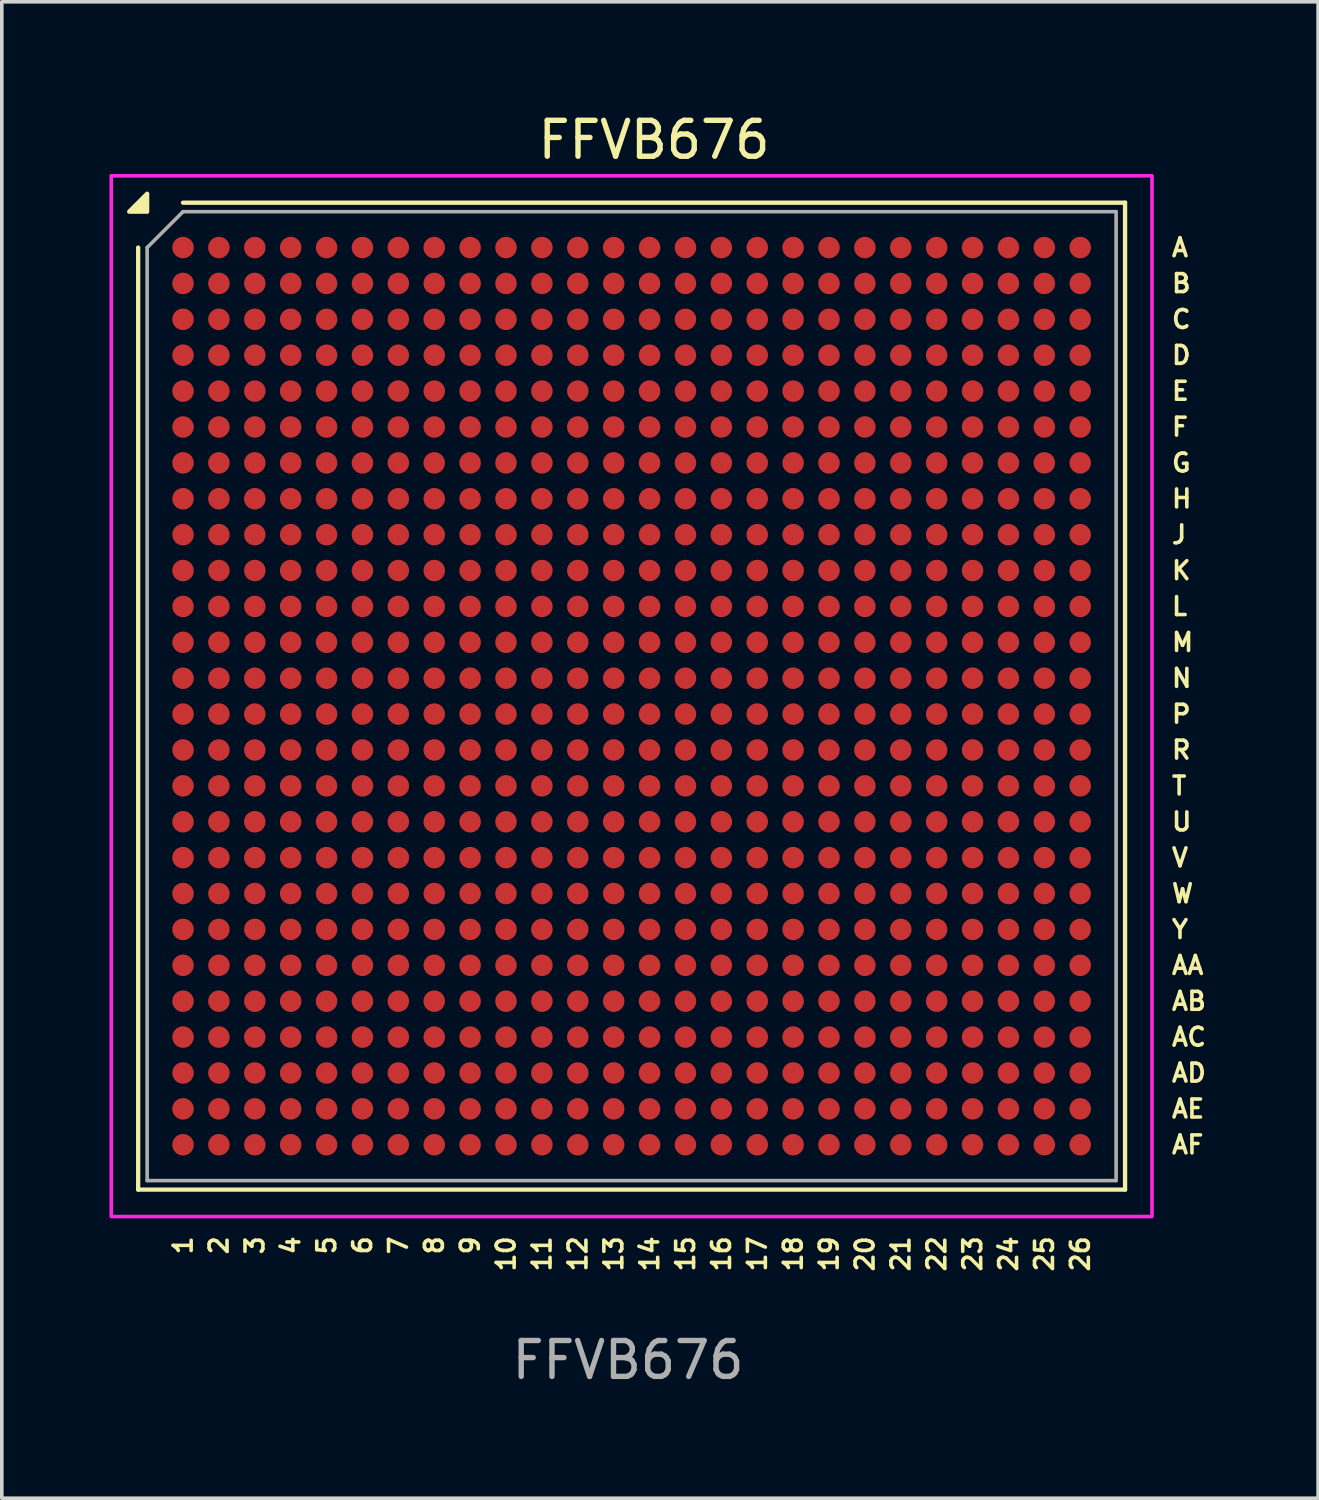
<source format=kicad_pcb>
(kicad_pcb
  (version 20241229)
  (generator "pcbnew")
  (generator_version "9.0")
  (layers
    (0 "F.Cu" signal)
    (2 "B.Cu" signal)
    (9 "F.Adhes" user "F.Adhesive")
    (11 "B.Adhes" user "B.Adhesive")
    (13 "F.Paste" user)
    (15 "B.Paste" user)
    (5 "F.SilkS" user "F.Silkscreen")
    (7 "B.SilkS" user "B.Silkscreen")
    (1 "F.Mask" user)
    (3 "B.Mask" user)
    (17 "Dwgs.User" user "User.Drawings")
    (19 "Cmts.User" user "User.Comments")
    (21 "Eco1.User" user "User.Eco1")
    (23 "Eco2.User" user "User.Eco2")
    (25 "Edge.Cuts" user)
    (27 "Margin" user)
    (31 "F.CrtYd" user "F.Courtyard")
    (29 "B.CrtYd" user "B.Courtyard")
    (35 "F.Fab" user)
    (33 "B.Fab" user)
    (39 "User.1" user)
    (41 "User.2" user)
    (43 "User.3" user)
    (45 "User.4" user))
  (footprint "FFVB676"
    (layer "F.Cu")
    (at 14.55 16.348)
    (property "Reference" "FFVB676" (at 0.625 -15.5 0) (unlocked yes) (layer "F.SilkS") (effects (font (size 1 1) (thickness 0.15))))
    (attr smd)
    (fp_line (start -13.75 13.75) (end -13.75 -12.5) (stroke (width 0.12) (type default)) (layer "F.SilkS"))
    (fp_line (start -12.5 -13.75) (end 13.75 -13.75) (stroke (width 0.12) (type default)) (layer "F.SilkS"))
    (fp_line (start 13.75 -13.75) (end 13.75 13.75) (stroke (width 0.12) (type default)) (layer "F.SilkS"))
    (fp_line (start 13.75 13.75) (end -13.75 13.75) (stroke (width 0.12) (type default)) (layer "F.SilkS"))
    (fp_poly (pts (xy -13.5 -13.5) (xy -14 -13.5) (xy -13.5 -14)) (stroke (width 0.12) (type solid)) (fill yes) (layer "F.SilkS"))
    (fp_rect (start -14.5 -14.5) (end 14.5 14.5) (stroke (width 0.1) (type solid)) (fill no) (layer "F.CrtYd"))
    (fp_line (start -13.5 -12.5) (end -12.5 -13.5) (stroke (width 0.1) (type default)) (layer "F.Fab"))
    (fp_line (start -13.5 13.5) (end -13.5 -12.5) (stroke (width 0.1) (type default)) (layer "F.Fab"))
    (fp_line (start -12.5 -13.5) (end 13.5 -13.5) (stroke (width 0.1) (type default)) (layer "F.Fab"))
    (fp_line (start 13.5 -13.5) (end 13.5 13.5) (stroke (width 0.1) (type default)) (layer "F.Fab"))
    (fp_line (start 13.5 13.5) (end -13.5 13.5) (stroke (width 0.1) (type default)) (layer "F.Fab"))
    (fp_text user "AF" (at 15 12.5 0) (unlocked yes) (layer "F.SilkS") (effects (font (size 0.5 0.5) (thickness 0.1) (bold yes)) (justify left)))
    (fp_text user "11" (at -2.5 15 90) (unlocked yes) (layer "F.SilkS") (effects (font (size 0.5 0.5) (thickness 0.1) (bold yes)) (justify right)))
    (fp_text user "M" (at 15 -1.5 0) (unlocked yes) (layer "F.SilkS") (effects (font (size 0.5 0.5) (thickness 0.1) (bold yes)) (justify left)))
    (fp_text user "U" (at 15 3.5 0) (unlocked yes) (layer "F.SilkS") (effects (font (size 0.5 0.5) (thickness 0.1) (bold yes)) (justify left)))
    (fp_text user "8" (at -5.5 15 90) (unlocked yes) (layer "F.SilkS") (effects (font (size 0.5 0.5) (thickness 0.1) (bold yes)) (justify right)))
    (fp_text user "A" (at 15 -12.5 0) (unlocked yes) (layer "F.SilkS") (effects (font (size 0.5 0.5) (thickness 0.1) (bold yes)) (justify left)))
    (fp_text user "16" (at 2.5 15 90) (unlocked yes) (layer "F.SilkS") (effects (font (size 0.5 0.5) (thickness 0.1) (bold yes)) (justify right)))
    (fp_text user "N" (at 15 -0.5 0) (unlocked yes) (layer "F.SilkS") (effects (font (size 0.5 0.5) (thickness 0.1) (bold yes)) (justify left)))
    (fp_text user "22" (at 8.5 15 90) (unlocked yes) (layer "F.SilkS") (effects (font (size 0.5 0.5) (thickness 0.1) (bold yes)) (justify right)))
    (fp_text user "12" (at -1.5 15 90) (unlocked yes) (layer "F.SilkS") (effects (font (size 0.5 0.5) (thickness 0.1) (bold yes)) (justify right)))
    (fp_text user "17" (at 3.5 15 90) (unlocked yes) (layer "F.SilkS") (effects (font (size 0.5 0.5) (thickness 0.1) (bold yes)) (justify right)))
    (fp_text user "E" (at 15 -8.5 0) (unlocked yes) (layer "F.SilkS") (effects (font (size 0.5 0.5) (thickness 0.1) (bold yes)) (justify left)))
    (fp_text user "14" (at 0.5 15 90) (unlocked yes) (layer "F.SilkS") (effects (font (size 0.5 0.5) (thickness 0.1) (bold yes)) (justify right)))
    (fp_text user "J" (at 15 -4.5 0) (unlocked yes) (layer "F.SilkS") (effects (font (size 0.5 0.5) (thickness 0.1) (bold yes)) (justify left)))
    (fp_text user "L" (at 15 -2.5 0) (unlocked yes) (layer "F.SilkS") (effects (font (size 0.5 0.5) (thickness 0.1) (bold yes)) (justify left)))
    (fp_text user "AA" (at 15 7.5 0) (unlocked yes) (layer "F.SilkS") (effects (font (size 0.5 0.5) (thickness 0.1) (bold yes)) (justify left)))
    (fp_text user "K" (at 15 -3.5 0) (unlocked yes) (layer "F.SilkS") (effects (font (size 0.5 0.5) (thickness 0.1) (bold yes)) (justify left)))
    (fp_text user "R" (at 15 1.5 0) (unlocked yes) (layer "F.SilkS") (effects (font (size 0.5 0.5) (thickness 0.1) (bold yes)) (justify left)))
    (fp_text user "4" (at -9.5 15 90) (unlocked yes) (layer "F.SilkS") (effects (font (size 0.5 0.5) (thickness 0.1) (bold yes)) (justify right)))
    (fp_text user "H" (at 15 -5.5 0) (unlocked yes) (layer "F.SilkS") (effects (font (size 0.5 0.5) (thickness 0.1) (bold yes)) (justify left)))
    (fp_text user "G" (at 15 -6.5 0) (unlocked yes) (layer "F.SilkS") (effects (font (size 0.5 0.5) (thickness 0.1) (bold yes)) (justify left)))
    (fp_text user "23" (at 9.5 15 90) (unlocked yes) (layer "F.SilkS") (effects (font (size 0.5 0.5) (thickness 0.1) (bold yes)) (justify right)))
    (fp_text user "5" (at -8.5 15 90) (unlocked yes) (layer "F.SilkS") (effects (font (size 0.5 0.5) (thickness 0.1) (bold yes)) (justify right)))
    (fp_text user "15" (at 1.5 15 90) (unlocked yes) (layer "F.SilkS") (effects (font (size 0.5 0.5) (thickness 0.1) (bold yes)) (justify right)))
    (fp_text user "P" (at 15 0.5 0) (unlocked yes) (layer "F.SilkS") (effects (font (size 0.5 0.5) (thickness 0.1) (bold yes)) (justify left)))
    (fp_text user "26" (at 12.5 15 90) (unlocked yes) (layer "F.SilkS") (effects (font (size 0.5 0.5) (thickness 0.1) (bold yes)) (justify right)))
    (fp_text user "25" (at 11.5 15 90) (unlocked yes) (layer "F.SilkS") (effects (font (size 0.5 0.5) (thickness 0.1) (bold yes)) (justify right)))
    (fp_text user "AD" (at 15 10.5 0) (unlocked yes) (layer "F.SilkS") (effects (font (size 0.5 0.5) (thickness 0.1) (bold yes)) (justify left)))
    (fp_text user "W" (at 15 5.5 0) (unlocked yes) (layer "F.SilkS") (effects (font (size 0.5 0.5) (thickness 0.1) (bold yes)) (justify left)))
    (fp_text user "7" (at -6.5 15 90) (unlocked yes) (layer "F.SilkS") (effects (font (size 0.5 0.5) (thickness 0.1) (bold yes)) (justify right)))
    (fp_text user "6" (at -7.5 15 90) (unlocked yes) (layer "F.SilkS") (effects (font (size 0.5 0.5) (thickness 0.1) (bold yes)) (justify right)))
    (fp_text user "F" (at 15 -7.5 0) (unlocked yes) (layer "F.SilkS") (effects (font (size 0.5 0.5) (thickness 0.1) (bold yes)) (justify left)))
    (fp_text user "2" (at -11.5 15 90) (unlocked yes) (layer "F.SilkS") (effects (font (size 0.5 0.5) (thickness 0.1) (bold yes)) (justify right)))
    (fp_text user "21" (at 7.5 15 90) (unlocked yes) (layer "F.SilkS") (effects (font (size 0.5 0.5) (thickness 0.1) (bold yes)) (justify right)))
    (fp_text user "V" (at 15 4.5 0) (unlocked yes) (layer "F.SilkS") (effects (font (size 0.5 0.5) (thickness 0.1) (bold yes)) (justify left)))
    (fp_text user "18" (at 4.5 15 90) (unlocked yes) (layer "F.SilkS") (effects (font (size 0.5 0.5) (thickness 0.1) (bold yes)) (justify right)))
    (fp_text user "T" (at 15 2.5 0) (unlocked yes) (layer "F.SilkS") (effects (font (size 0.5 0.5) (thickness 0.1) (bold yes)) (justify left)))
    (fp_text user "9" (at -4.5 15 90) (unlocked yes) (layer "F.SilkS") (effects (font (size 0.5 0.5) (thickness 0.1) (bold yes)) (justify right)))
    (fp_text user "B" (at 15 -11.5 0) (unlocked yes) (layer "F.SilkS") (effects (font (size 0.5 0.5) (thickness 0.1) (bold yes)) (justify left)))
    (fp_text user "C" (at 15 -10.5 0) (unlocked yes) (layer "F.SilkS") (effects (font (size 0.5 0.5) (thickness 0.1) (bold yes)) (justify left)))
    (fp_text user "1" (at -12.5 15 90) (unlocked yes) (layer "F.SilkS") (effects (font (size 0.5 0.5) (thickness 0.1) (bold yes)) (justify right)))
    (fp_text user "13" (at -0.5 15 90) (unlocked yes) (layer "F.SilkS") (effects (font (size 0.5 0.5) (thickness 0.1) (bold yes)) (justify right)))
    (fp_text user "Y" (at 15 6.5 0) (unlocked yes) (layer "F.SilkS") (effects (font (size 0.5 0.5) (thickness 0.1) (bold yes)) (justify left)))
    (fp_text user "AE" (at 15 11.5 0) (unlocked yes) (layer "F.SilkS") (effects (font (size 0.5 0.5) (thickness 0.1) (bold yes)) (justify left)))
    (fp_text user "D" (at 15 -9.5 0) (unlocked yes) (layer "F.SilkS") (effects (font (size 0.5 0.5) (thickness 0.1) (bold yes)) (justify left)))
    (fp_text user "24" (at 10.5 15 90) (unlocked yes) (layer "F.SilkS") (effects (font (size 0.5 0.5) (thickness 0.1) (bold yes)) (justify right)))
    (fp_text user "AC" (at 15 9.5 0) (unlocked yes) (layer "F.SilkS") (effects (font (size 0.5 0.5) (thickness 0.1) (bold yes)) (justify left)))
    (fp_text user "3" (at -10.5 15 90) (unlocked yes) (layer "F.SilkS") (effects (font (size 0.5 0.5) (thickness 0.1) (bold yes)) (justify right)))
    (fp_text user "10" (at -3.5 15 90) (unlocked yes) (layer "F.SilkS") (effects (font (size 0.5 0.5) (thickness 0.1) (bold yes)) (justify right)))
    (fp_text user "20" (at 6.5 15 90) (unlocked yes) (layer "F.SilkS") (effects (font (size 0.5 0.5) (thickness 0.1) (bold yes)) (justify right)))
    (fp_text user "19" (at 5.5 15 90) (unlocked yes) (layer "F.SilkS") (effects (font (size 0.5 0.5) (thickness 0.1) (bold yes)) (justify right)))
    (fp_text user "AB" (at 15 8.5 0) (unlocked yes) (layer "F.SilkS") (effects (font (size 0.5 0.5) (thickness 0.1) (bold yes)) (justify left)))
    (fp_text user "${REFERENCE}" (at -0.1 18.5 0) (unlocked yes) (layer "F.Fab") (effects (font (size 1 1) (thickness 0.15))))
    (pad "A1" smd circle (at -12.5 -12.5) (size 0.6 0.6) (layers "F.Cu" "F.Mask" "F.Paste"))
    (pad "A2" smd circle (at -11.5 -12.5) (size 0.6 0.6) (layers "F.Cu" "F.Mask" "F.Paste"))
    (pad "A3" smd circle (at -10.5 -12.5) (size 0.6 0.6) (layers "F.Cu" "F.Mask" "F.Paste"))
    (pad "A4" smd circle (at -9.5 -12.5) (size 0.6 0.6) (layers "F.Cu" "F.Mask" "F.Paste"))
    (pad "A5" smd circle (at -8.5 -12.5) (size 0.6 0.6) (layers "F.Cu" "F.Mask" "F.Paste"))
    (pad "A6" smd circle (at -7.5 -12.5) (size 0.6 0.6) (layers "F.Cu" "F.Mask" "F.Paste"))
    (pad "A7" smd circle (at -6.5 -12.5) (size 0.6 0.6) (layers "F.Cu" "F.Mask" "F.Paste"))
    (pad "A8" smd circle (at -5.5 -12.5) (size 0.6 0.6) (layers "F.Cu" "F.Mask" "F.Paste"))
    (pad "A9" smd circle (at -4.5 -12.5) (size 0.6 0.6) (layers "F.Cu" "F.Mask" "F.Paste"))
    (pad "A10" smd circle (at -3.5 -12.5) (size 0.6 0.6) (layers "F.Cu" "F.Mask" "F.Paste"))
    (pad "A11" smd circle (at -2.5 -12.5) (size 0.6 0.6) (layers "F.Cu" "F.Mask" "F.Paste"))
    (pad "A12" smd circle (at -1.5 -12.5) (size 0.6 0.6) (layers "F.Cu" "F.Mask" "F.Paste"))
    (pad "A13" smd circle (at -0.5 -12.5) (size 0.6 0.6) (layers "F.Cu" "F.Mask" "F.Paste"))
    (pad "A14" smd circle (at 0.5 -12.5) (size 0.6 0.6) (layers "F.Cu" "F.Mask" "F.Paste"))
    (pad "A15" smd circle (at 1.5 -12.5) (size 0.6 0.6) (layers "F.Cu" "F.Mask" "F.Paste"))
    (pad "A16" smd circle (at 2.5 -12.5) (size 0.6 0.6) (layers "F.Cu" "F.Mask" "F.Paste"))
    (pad "A17" smd circle (at 3.5 -12.5) (size 0.6 0.6) (layers "F.Cu" "F.Mask" "F.Paste"))
    (pad "A18" smd circle (at 4.5 -12.5) (size 0.6 0.6) (layers "F.Cu" "F.Mask" "F.Paste"))
    (pad "A19" smd circle (at 5.5 -12.5) (size 0.6 0.6) (layers "F.Cu" "F.Mask" "F.Paste"))
    (pad "A20" smd circle (at 6.5 -12.5) (size 0.6 0.6) (layers "F.Cu" "F.Mask" "F.Paste"))
    (pad "A21" smd circle (at 7.5 -12.5) (size 0.6 0.6) (layers "F.Cu" "F.Mask" "F.Paste"))
    (pad "A22" smd circle (at 8.5 -12.5) (size 0.6 0.6) (layers "F.Cu" "F.Mask" "F.Paste"))
    (pad "A23" smd circle (at 9.5 -12.5) (size 0.6 0.6) (layers "F.Cu" "F.Mask" "F.Paste"))
    (pad "A24" smd circle (at 10.5 -12.5) (size 0.6 0.6) (layers "F.Cu" "F.Mask" "F.Paste"))
    (pad "A25" smd circle (at 11.5 -12.5) (size 0.6 0.6) (layers "F.Cu" "F.Mask" "F.Paste"))
    (pad "A26" smd circle (at 12.5 -12.5) (size 0.6 0.6) (layers "F.Cu" "F.Mask" "F.Paste"))
    (pad "AA1" smd circle (at -12.5 7.5) (size 0.6 0.6) (layers "F.Cu" "F.Mask" "F.Paste"))
    (pad "AA2" smd circle (at -11.5 7.5) (size 0.6 0.6) (layers "F.Cu" "F.Mask" "F.Paste"))
    (pad "AA3" smd circle (at -10.5 7.5) (size 0.6 0.6) (layers "F.Cu" "F.Mask" "F.Paste"))
    (pad "AA4" smd circle (at -9.5 7.5) (size 0.6 0.6) (layers "F.Cu" "F.Mask" "F.Paste"))
    (pad "AA5" smd circle (at -8.5 7.5) (size 0.6 0.6) (layers "F.Cu" "F.Mask" "F.Paste"))
    (pad "AA6" smd circle (at -7.5 7.5) (size 0.6 0.6) (layers "F.Cu" "F.Mask" "F.Paste"))
    (pad "AA7" smd circle (at -6.5 7.5) (size 0.6 0.6) (layers "F.Cu" "F.Mask" "F.Paste"))
    (pad "AA8" smd circle (at -5.5 7.5) (size 0.6 0.6) (layers "F.Cu" "F.Mask" "F.Paste"))
    (pad "AA9" smd circle (at -4.5 7.5) (size 0.6 0.6) (layers "F.Cu" "F.Mask" "F.Paste"))
    (pad "AA10" smd circle (at -3.5 7.5) (size 0.6 0.6) (layers "F.Cu" "F.Mask" "F.Paste"))
    (pad "AA11" smd circle (at -2.5 7.5) (size 0.6 0.6) (layers "F.Cu" "F.Mask" "F.Paste"))
    (pad "AA12" smd circle (at -1.5 7.5) (size 0.6 0.6) (layers "F.Cu" "F.Mask" "F.Paste"))
    (pad "AA13" smd circle (at -0.5 7.5) (size 0.6 0.6) (layers "F.Cu" "F.Mask" "F.Paste"))
    (pad "AA14" smd circle (at 0.5 7.5) (size 0.6 0.6) (layers "F.Cu" "F.Mask" "F.Paste"))
    (pad "AA15" smd circle (at 1.5 7.5) (size 0.6 0.6) (layers "F.Cu" "F.Mask" "F.Paste"))
    (pad "AA16" smd circle (at 2.5 7.5) (size 0.6 0.6) (layers "F.Cu" "F.Mask" "F.Paste"))
    (pad "AA17" smd circle (at 3.5 7.5) (size 0.6 0.6) (layers "F.Cu" "F.Mask" "F.Paste"))
    (pad "AA18" smd circle (at 4.5 7.5) (size 0.6 0.6) (layers "F.Cu" "F.Mask" "F.Paste"))
    (pad "AA19" smd circle (at 5.5 7.5) (size 0.6 0.6) (layers "F.Cu" "F.Mask" "F.Paste"))
    (pad "AA20" smd circle (at 6.5 7.5) (size 0.6 0.6) (layers "F.Cu" "F.Mask" "F.Paste"))
    (pad "AA21" smd circle (at 7.5 7.5) (size 0.6 0.6) (layers "F.Cu" "F.Mask" "F.Paste"))
    (pad "AA22" smd circle (at 8.5 7.5) (size 0.6 0.6) (layers "F.Cu" "F.Mask" "F.Paste"))
    (pad "AA23" smd circle (at 9.5 7.5) (size 0.6 0.6) (layers "F.Cu" "F.Mask" "F.Paste"))
    (pad "AA24" smd circle (at 10.5 7.5) (size 0.6 0.6) (layers "F.Cu" "F.Mask" "F.Paste"))
    (pad "AA25" smd circle (at 11.5 7.5) (size 0.6 0.6) (layers "F.Cu" "F.Mask" "F.Paste"))
    (pad "AA26" smd circle (at 12.5 7.5) (size 0.6 0.6) (layers "F.Cu" "F.Mask" "F.Paste"))
    (pad "AB1" smd circle (at -12.5 8.5) (size 0.6 0.6) (layers "F.Cu" "F.Mask" "F.Paste"))
    (pad "AB2" smd circle (at -11.5 8.5) (size 0.6 0.6) (layers "F.Cu" "F.Mask" "F.Paste"))
    (pad "AB3" smd circle (at -10.5 8.5) (size 0.6 0.6) (layers "F.Cu" "F.Mask" "F.Paste"))
    (pad "AB4" smd circle (at -9.5 8.5) (size 0.6 0.6) (layers "F.Cu" "F.Mask" "F.Paste"))
    (pad "AB5" smd circle (at -8.5 8.5) (size 0.6 0.6) (layers "F.Cu" "F.Mask" "F.Paste"))
    (pad "AB6" smd circle (at -7.5 8.5) (size 0.6 0.6) (layers "F.Cu" "F.Mask" "F.Paste"))
    (pad "AB7" smd circle (at -6.5 8.5) (size 0.6 0.6) (layers "F.Cu" "F.Mask" "F.Paste"))
    (pad "AB8" smd circle (at -5.5 8.5) (size 0.6 0.6) (layers "F.Cu" "F.Mask" "F.Paste"))
    (pad "AB9" smd circle (at -4.5 8.5) (size 0.6 0.6) (layers "F.Cu" "F.Mask" "F.Paste"))
    (pad "AB10" smd circle (at -3.5 8.5) (size 0.6 0.6) (layers "F.Cu" "F.Mask" "F.Paste"))
    (pad "AB11" smd circle (at -2.5 8.5) (size 0.6 0.6) (layers "F.Cu" "F.Mask" "F.Paste"))
    (pad "AB12" smd circle (at -1.5 8.5) (size 0.6 0.6) (layers "F.Cu" "F.Mask" "F.Paste"))
    (pad "AB13" smd circle (at -0.5 8.5) (size 0.6 0.6) (layers "F.Cu" "F.Mask" "F.Paste"))
    (pad "AB14" smd circle (at 0.5 8.5) (size 0.6 0.6) (layers "F.Cu" "F.Mask" "F.Paste"))
    (pad "AB15" smd circle (at 1.5 8.5) (size 0.6 0.6) (layers "F.Cu" "F.Mask" "F.Paste"))
    (pad "AB16" smd circle (at 2.5 8.5) (size 0.6 0.6) (layers "F.Cu" "F.Mask" "F.Paste"))
    (pad "AB17" smd circle (at 3.5 8.5) (size 0.6 0.6) (layers "F.Cu" "F.Mask" "F.Paste"))
    (pad "AB18" smd circle (at 4.5 8.5) (size 0.6 0.6) (layers "F.Cu" "F.Mask" "F.Paste"))
    (pad "AB19" smd circle (at 5.5 8.5) (size 0.6 0.6) (layers "F.Cu" "F.Mask" "F.Paste"))
    (pad "AB20" smd circle (at 6.5 8.5) (size 0.6 0.6) (layers "F.Cu" "F.Mask" "F.Paste"))
    (pad "AB21" smd circle (at 7.5 8.5) (size 0.6 0.6) (layers "F.Cu" "F.Mask" "F.Paste"))
    (pad "AB22" smd circle (at 8.5 8.5) (size 0.6 0.6) (layers "F.Cu" "F.Mask" "F.Paste"))
    (pad "AB23" smd circle (at 9.5 8.5) (size 0.6 0.6) (layers "F.Cu" "F.Mask" "F.Paste"))
    (pad "AB24" smd circle (at 10.5 8.5) (size 0.6 0.6) (layers "F.Cu" "F.Mask" "F.Paste"))
    (pad "AB25" smd circle (at 11.5 8.5) (size 0.6 0.6) (layers "F.Cu" "F.Mask" "F.Paste"))
    (pad "AB26" smd circle (at 12.5 8.5) (size 0.6 0.6) (layers "F.Cu" "F.Mask" "F.Paste"))
    (pad "AC1" smd circle (at -12.5 9.5) (size 0.6 0.6) (layers "F.Cu" "F.Mask" "F.Paste"))
    (pad "AC2" smd circle (at -11.5 9.5) (size 0.6 0.6) (layers "F.Cu" "F.Mask" "F.Paste"))
    (pad "AC3" smd circle (at -10.5 9.5) (size 0.6 0.6) (layers "F.Cu" "F.Mask" "F.Paste"))
    (pad "AC4" smd circle (at -9.5 9.5) (size 0.6 0.6) (layers "F.Cu" "F.Mask" "F.Paste"))
    (pad "AC5" smd circle (at -8.5 9.5) (size 0.6 0.6) (layers "F.Cu" "F.Mask" "F.Paste"))
    (pad "AC6" smd circle (at -7.5 9.5) (size 0.6 0.6) (layers "F.Cu" "F.Mask" "F.Paste"))
    (pad "AC7" smd circle (at -6.5 9.5) (size 0.6 0.6) (layers "F.Cu" "F.Mask" "F.Paste"))
    (pad "AC8" smd circle (at -5.5 9.5) (size 0.6 0.6) (layers "F.Cu" "F.Mask" "F.Paste"))
    (pad "AC9" smd circle (at -4.5 9.5) (size 0.6 0.6) (layers "F.Cu" "F.Mask" "F.Paste"))
    (pad "AC10" smd circle (at -3.5 9.5) (size 0.6 0.6) (layers "F.Cu" "F.Mask" "F.Paste"))
    (pad "AC11" smd circle (at -2.5 9.5) (size 0.6 0.6) (layers "F.Cu" "F.Mask" "F.Paste"))
    (pad "AC12" smd circle (at -1.5 9.5) (size 0.6 0.6) (layers "F.Cu" "F.Mask" "F.Paste"))
    (pad "AC13" smd circle (at -0.5 9.5) (size 0.6 0.6) (layers "F.Cu" "F.Mask" "F.Paste"))
    (pad "AC14" smd circle (at 0.5 9.5) (size 0.6 0.6) (layers "F.Cu" "F.Mask" "F.Paste"))
    (pad "AC15" smd circle (at 1.5 9.5) (size 0.6 0.6) (layers "F.Cu" "F.Mask" "F.Paste"))
    (pad "AC16" smd circle (at 2.5 9.5) (size 0.6 0.6) (layers "F.Cu" "F.Mask" "F.Paste"))
    (pad "AC17" smd circle (at 3.5 9.5) (size 0.6 0.6) (layers "F.Cu" "F.Mask" "F.Paste"))
    (pad "AC18" smd circle (at 4.5 9.5) (size 0.6 0.6) (layers "F.Cu" "F.Mask" "F.Paste"))
    (pad "AC19" smd circle (at 5.5 9.5) (size 0.6 0.6) (layers "F.Cu" "F.Mask" "F.Paste"))
    (pad "AC20" smd circle (at 6.5 9.5) (size 0.6 0.6) (layers "F.Cu" "F.Mask" "F.Paste"))
    (pad "AC21" smd circle (at 7.5 9.5) (size 0.6 0.6) (layers "F.Cu" "F.Mask" "F.Paste"))
    (pad "AC22" smd circle (at 8.5 9.5) (size 0.6 0.6) (layers "F.Cu" "F.Mask" "F.Paste"))
    (pad "AC23" smd circle (at 9.5 9.5) (size 0.6 0.6) (layers "F.Cu" "F.Mask" "F.Paste"))
    (pad "AC24" smd circle (at 10.5 9.5) (size 0.6 0.6) (layers "F.Cu" "F.Mask" "F.Paste"))
    (pad "AC25" smd circle (at 11.5 9.5) (size 0.6 0.6) (layers "F.Cu" "F.Mask" "F.Paste"))
    (pad "AC26" smd circle (at 12.5 9.5) (size 0.6 0.6) (layers "F.Cu" "F.Mask" "F.Paste"))
    (pad "AD1" smd circle (at -12.5 10.5) (size 0.6 0.6) (layers "F.Cu" "F.Mask" "F.Paste"))
    (pad "AD2" smd circle (at -11.5 10.5) (size 0.6 0.6) (layers "F.Cu" "F.Mask" "F.Paste"))
    (pad "AD3" smd circle (at -10.5 10.5) (size 0.6 0.6) (layers "F.Cu" "F.Mask" "F.Paste"))
    (pad "AD4" smd circle (at -9.5 10.5) (size 0.6 0.6) (layers "F.Cu" "F.Mask" "F.Paste"))
    (pad "AD5" smd circle (at -8.5 10.5) (size 0.6 0.6) (layers "F.Cu" "F.Mask" "F.Paste"))
    (pad "AD6" smd circle (at -7.5 10.5) (size 0.6 0.6) (layers "F.Cu" "F.Mask" "F.Paste"))
    (pad "AD7" smd circle (at -6.5 10.5) (size 0.6 0.6) (layers "F.Cu" "F.Mask" "F.Paste"))
    (pad "AD8" smd circle (at -5.5 10.5) (size 0.6 0.6) (layers "F.Cu" "F.Mask" "F.Paste"))
    (pad "AD9" smd circle (at -4.5 10.5) (size 0.6 0.6) (layers "F.Cu" "F.Mask" "F.Paste"))
    (pad "AD10" smd circle (at -3.5 10.5) (size 0.6 0.6) (layers "F.Cu" "F.Mask" "F.Paste"))
    (pad "AD11" smd circle (at -2.5 10.5) (size 0.6 0.6) (layers "F.Cu" "F.Mask" "F.Paste"))
    (pad "AD12" smd circle (at -1.5 10.5) (size 0.6 0.6) (layers "F.Cu" "F.Mask" "F.Paste"))
    (pad "AD13" smd circle (at -0.5 10.5) (size 0.6 0.6) (layers "F.Cu" "F.Mask" "F.Paste"))
    (pad "AD14" smd circle (at 0.5 10.5) (size 0.6 0.6) (layers "F.Cu" "F.Mask" "F.Paste"))
    (pad "AD15" smd circle (at 1.5 10.5) (size 0.6 0.6) (layers "F.Cu" "F.Mask" "F.Paste"))
    (pad "AD16" smd circle (at 2.5 10.5) (size 0.6 0.6) (layers "F.Cu" "F.Mask" "F.Paste"))
    (pad "AD17" smd circle (at 3.5 10.5) (size 0.6 0.6) (layers "F.Cu" "F.Mask" "F.Paste"))
    (pad "AD18" smd circle (at 4.5 10.5) (size 0.6 0.6) (layers "F.Cu" "F.Mask" "F.Paste"))
    (pad "AD19" smd circle (at 5.5 10.5) (size 0.6 0.6) (layers "F.Cu" "F.Mask" "F.Paste"))
    (pad "AD20" smd circle (at 6.5 10.5) (size 0.6 0.6) (layers "F.Cu" "F.Mask" "F.Paste"))
    (pad "AD21" smd circle (at 7.5 10.5) (size 0.6 0.6) (layers "F.Cu" "F.Mask" "F.Paste"))
    (pad "AD22" smd circle (at 8.5 10.5) (size 0.6 0.6) (layers "F.Cu" "F.Mask" "F.Paste"))
    (pad "AD23" smd circle (at 9.5 10.5) (size 0.6 0.6) (layers "F.Cu" "F.Mask" "F.Paste"))
    (pad "AD24" smd circle (at 10.5 10.5) (size 0.6 0.6) (layers "F.Cu" "F.Mask" "F.Paste"))
    (pad "AD25" smd circle (at 11.5 10.5) (size 0.6 0.6) (layers "F.Cu" "F.Mask" "F.Paste"))
    (pad "AD26" smd circle (at 12.5 10.5) (size 0.6 0.6) (layers "F.Cu" "F.Mask" "F.Paste"))
    (pad "AE1" smd circle (at -12.5 11.5) (size 0.6 0.6) (layers "F.Cu" "F.Mask" "F.Paste"))
    (pad "AE2" smd circle (at -11.5 11.5) (size 0.6 0.6) (layers "F.Cu" "F.Mask" "F.Paste"))
    (pad "AE3" smd circle (at -10.5 11.5) (size 0.6 0.6) (layers "F.Cu" "F.Mask" "F.Paste"))
    (pad "AE4" smd circle (at -9.5 11.5) (size 0.6 0.6) (layers "F.Cu" "F.Mask" "F.Paste"))
    (pad "AE5" smd circle (at -8.5 11.5) (size 0.6 0.6) (layers "F.Cu" "F.Mask" "F.Paste"))
    (pad "AE6" smd circle (at -7.5 11.5) (size 0.6 0.6) (layers "F.Cu" "F.Mask" "F.Paste"))
    (pad "AE7" smd circle (at -6.5 11.5) (size 0.6 0.6) (layers "F.Cu" "F.Mask" "F.Paste"))
    (pad "AE8" smd circle (at -5.5 11.5) (size 0.6 0.6) (layers "F.Cu" "F.Mask" "F.Paste"))
    (pad "AE9" smd circle (at -4.5 11.5) (size 0.6 0.6) (layers "F.Cu" "F.Mask" "F.Paste"))
    (pad "AE10" smd circle (at -3.5 11.5) (size 0.6 0.6) (layers "F.Cu" "F.Mask" "F.Paste"))
    (pad "AE11" smd circle (at -2.5 11.5) (size 0.6 0.6) (layers "F.Cu" "F.Mask" "F.Paste"))
    (pad "AE12" smd circle (at -1.5 11.5) (size 0.6 0.6) (layers "F.Cu" "F.Mask" "F.Paste"))
    (pad "AE13" smd circle (at -0.5 11.5) (size 0.6 0.6) (layers "F.Cu" "F.Mask" "F.Paste"))
    (pad "AE14" smd circle (at 0.5 11.5) (size 0.6 0.6) (layers "F.Cu" "F.Mask" "F.Paste"))
    (pad "AE15" smd circle (at 1.5 11.5) (size 0.6 0.6) (layers "F.Cu" "F.Mask" "F.Paste"))
    (pad "AE16" smd circle (at 2.5 11.5) (size 0.6 0.6) (layers "F.Cu" "F.Mask" "F.Paste"))
    (pad "AE17" smd circle (at 3.5 11.5) (size 0.6 0.6) (layers "F.Cu" "F.Mask" "F.Paste"))
    (pad "AE18" smd circle (at 4.5 11.5) (size 0.6 0.6) (layers "F.Cu" "F.Mask" "F.Paste"))
    (pad "AE19" smd circle (at 5.5 11.5) (size 0.6 0.6) (layers "F.Cu" "F.Mask" "F.Paste"))
    (pad "AE20" smd circle (at 6.5 11.5) (size 0.6 0.6) (layers "F.Cu" "F.Mask" "F.Paste"))
    (pad "AE21" smd circle (at 7.5 11.5) (size 0.6 0.6) (layers "F.Cu" "F.Mask" "F.Paste"))
    (pad "AE22" smd circle (at 8.5 11.5) (size 0.6 0.6) (layers "F.Cu" "F.Mask" "F.Paste"))
    (pad "AE23" smd circle (at 9.5 11.5) (size 0.6 0.6) (layers "F.Cu" "F.Mask" "F.Paste"))
    (pad "AE24" smd circle (at 10.5 11.5) (size 0.6 0.6) (layers "F.Cu" "F.Mask" "F.Paste"))
    (pad "AE25" smd circle (at 11.5 11.5) (size 0.6 0.6) (layers "F.Cu" "F.Mask" "F.Paste"))
    (pad "AE26" smd circle (at 12.5 11.5) (size 0.6 0.6) (layers "F.Cu" "F.Mask" "F.Paste"))
    (pad "AF1" smd circle (at -12.5 12.5) (size 0.6 0.6) (layers "F.Cu" "F.Mask" "F.Paste"))
    (pad "AF2" smd circle (at -11.5 12.5) (size 0.6 0.6) (layers "F.Cu" "F.Mask" "F.Paste"))
    (pad "AF3" smd circle (at -10.5 12.5) (size 0.6 0.6) (layers "F.Cu" "F.Mask" "F.Paste"))
    (pad "AF4" smd circle (at -9.5 12.5) (size 0.6 0.6) (layers "F.Cu" "F.Mask" "F.Paste"))
    (pad "AF5" smd circle (at -8.5 12.5) (size 0.6 0.6) (layers "F.Cu" "F.Mask" "F.Paste"))
    (pad "AF6" smd circle (at -7.5 12.5) (size 0.6 0.6) (layers "F.Cu" "F.Mask" "F.Paste"))
    (pad "AF7" smd circle (at -6.5 12.5) (size 0.6 0.6) (layers "F.Cu" "F.Mask" "F.Paste"))
    (pad "AF8" smd circle (at -5.5 12.5) (size 0.6 0.6) (layers "F.Cu" "F.Mask" "F.Paste"))
    (pad "AF9" smd circle (at -4.5 12.5) (size 0.6 0.6) (layers "F.Cu" "F.Mask" "F.Paste"))
    (pad "AF10" smd circle (at -3.5 12.5) (size 0.6 0.6) (layers "F.Cu" "F.Mask" "F.Paste"))
    (pad "AF11" smd circle (at -2.5 12.5) (size 0.6 0.6) (layers "F.Cu" "F.Mask" "F.Paste"))
    (pad "AF12" smd circle (at -1.5 12.5) (size 0.6 0.6) (layers "F.Cu" "F.Mask" "F.Paste"))
    (pad "AF13" smd circle (at -0.5 12.5) (size 0.6 0.6) (layers "F.Cu" "F.Mask" "F.Paste"))
    (pad "AF14" smd circle (at 0.5 12.5) (size 0.6 0.6) (layers "F.Cu" "F.Mask" "F.Paste"))
    (pad "AF15" smd circle (at 1.5 12.5) (size 0.6 0.6) (layers "F.Cu" "F.Mask" "F.Paste"))
    (pad "AF16" smd circle (at 2.5 12.5) (size 0.6 0.6) (layers "F.Cu" "F.Mask" "F.Paste"))
    (pad "AF17" smd circle (at 3.5 12.5) (size 0.6 0.6) (layers "F.Cu" "F.Mask" "F.Paste"))
    (pad "AF18" smd circle (at 4.5 12.5) (size 0.6 0.6) (layers "F.Cu" "F.Mask" "F.Paste"))
    (pad "AF19" smd circle (at 5.5 12.5) (size 0.6 0.6) (layers "F.Cu" "F.Mask" "F.Paste"))
    (pad "AF20" smd circle (at 6.5 12.5) (size 0.6 0.6) (layers "F.Cu" "F.Mask" "F.Paste"))
    (pad "AF21" smd circle (at 7.5 12.5) (size 0.6 0.6) (layers "F.Cu" "F.Mask" "F.Paste"))
    (pad "AF22" smd circle (at 8.5 12.5) (size 0.6 0.6) (layers "F.Cu" "F.Mask" "F.Paste"))
    (pad "AF23" smd circle (at 9.5 12.5) (size 0.6 0.6) (layers "F.Cu" "F.Mask" "F.Paste"))
    (pad "AF24" smd circle (at 10.5 12.5) (size 0.6 0.6) (layers "F.Cu" "F.Mask" "F.Paste"))
    (pad "AF25" smd circle (at 11.5 12.5) (size 0.6 0.6) (layers "F.Cu" "F.Mask" "F.Paste"))
    (pad "AF26" smd circle (at 12.5 12.5) (size 0.6 0.6) (layers "F.Cu" "F.Mask" "F.Paste"))
    (pad "B1" smd circle (at -12.5 -11.5) (size 0.6 0.6) (layers "F.Cu" "F.Mask" "F.Paste"))
    (pad "B2" smd circle (at -11.5 -11.5) (size 0.6 0.6) (layers "F.Cu" "F.Mask" "F.Paste"))
    (pad "B3" smd circle (at -10.5 -11.5) (size 0.6 0.6) (layers "F.Cu" "F.Mask" "F.Paste"))
    (pad "B4" smd circle (at -9.5 -11.5) (size 0.6 0.6) (layers "F.Cu" "F.Mask" "F.Paste"))
    (pad "B5" smd circle (at -8.5 -11.5) (size 0.6 0.6) (layers "F.Cu" "F.Mask" "F.Paste"))
    (pad "B6" smd circle (at -7.5 -11.5) (size 0.6 0.6) (layers "F.Cu" "F.Mask" "F.Paste"))
    (pad "B7" smd circle (at -6.5 -11.5) (size 0.6 0.6) (layers "F.Cu" "F.Mask" "F.Paste"))
    (pad "B8" smd circle (at -5.5 -11.5) (size 0.6 0.6) (layers "F.Cu" "F.Mask" "F.Paste"))
    (pad "B9" smd circle (at -4.5 -11.5) (size 0.6 0.6) (layers "F.Cu" "F.Mask" "F.Paste"))
    (pad "B10" smd circle (at -3.5 -11.5) (size 0.6 0.6) (layers "F.Cu" "F.Mask" "F.Paste"))
    (pad "B11" smd circle (at -2.5 -11.5) (size 0.6 0.6) (layers "F.Cu" "F.Mask" "F.Paste"))
    (pad "B12" smd circle (at -1.5 -11.5) (size 0.6 0.6) (layers "F.Cu" "F.Mask" "F.Paste"))
    (pad "B13" smd circle (at -0.5 -11.5) (size 0.6 0.6) (layers "F.Cu" "F.Mask" "F.Paste"))
    (pad "B14" smd circle (at 0.5 -11.5) (size 0.6 0.6) (layers "F.Cu" "F.Mask" "F.Paste"))
    (pad "B15" smd circle (at 1.5 -11.5) (size 0.6 0.6) (layers "F.Cu" "F.Mask" "F.Paste"))
    (pad "B16" smd circle (at 2.5 -11.5) (size 0.6 0.6) (layers "F.Cu" "F.Mask" "F.Paste"))
    (pad "B17" smd circle (at 3.5 -11.5) (size 0.6 0.6) (layers "F.Cu" "F.Mask" "F.Paste"))
    (pad "B18" smd circle (at 4.5 -11.5) (size 0.6 0.6) (layers "F.Cu" "F.Mask" "F.Paste"))
    (pad "B19" smd circle (at 5.5 -11.5) (size 0.6 0.6) (layers "F.Cu" "F.Mask" "F.Paste"))
    (pad "B20" smd circle (at 6.5 -11.5) (size 0.6 0.6) (layers "F.Cu" "F.Mask" "F.Paste"))
    (pad "B21" smd circle (at 7.5 -11.5) (size 0.6 0.6) (layers "F.Cu" "F.Mask" "F.Paste"))
    (pad "B22" smd circle (at 8.5 -11.5) (size 0.6 0.6) (layers "F.Cu" "F.Mask" "F.Paste"))
    (pad "B23" smd circle (at 9.5 -11.5) (size 0.6 0.6) (layers "F.Cu" "F.Mask" "F.Paste"))
    (pad "B24" smd circle (at 10.5 -11.5) (size 0.6 0.6) (layers "F.Cu" "F.Mask" "F.Paste"))
    (pad "B25" smd circle (at 11.5 -11.5) (size 0.6 0.6) (layers "F.Cu" "F.Mask" "F.Paste"))
    (pad "B26" smd circle (at 12.5 -11.5) (size 0.6 0.6) (layers "F.Cu" "F.Mask" "F.Paste"))
    (pad "C1" smd circle (at -12.5 -10.5) (size 0.6 0.6) (layers "F.Cu" "F.Mask" "F.Paste"))
    (pad "C2" smd circle (at -11.5 -10.5) (size 0.6 0.6) (layers "F.Cu" "F.Mask" "F.Paste"))
    (pad "C3" smd circle (at -10.5 -10.5) (size 0.6 0.6) (layers "F.Cu" "F.Mask" "F.Paste"))
    (pad "C4" smd circle (at -9.5 -10.5) (size 0.6 0.6) (layers "F.Cu" "F.Mask" "F.Paste"))
    (pad "C5" smd circle (at -8.5 -10.5) (size 0.6 0.6) (layers "F.Cu" "F.Mask" "F.Paste"))
    (pad "C6" smd circle (at -7.5 -10.5) (size 0.6 0.6) (layers "F.Cu" "F.Mask" "F.Paste"))
    (pad "C7" smd circle (at -6.5 -10.5) (size 0.6 0.6) (layers "F.Cu" "F.Mask" "F.Paste"))
    (pad "C8" smd circle (at -5.5 -10.5) (size 0.6 0.6) (layers "F.Cu" "F.Mask" "F.Paste"))
    (pad "C9" smd circle (at -4.5 -10.5) (size 0.6 0.6) (layers "F.Cu" "F.Mask" "F.Paste"))
    (pad "C10" smd circle (at -3.5 -10.5) (size 0.6 0.6) (layers "F.Cu" "F.Mask" "F.Paste"))
    (pad "C11" smd circle (at -2.5 -10.5) (size 0.6 0.6) (layers "F.Cu" "F.Mask" "F.Paste"))
    (pad "C12" smd circle (at -1.5 -10.5) (size 0.6 0.6) (layers "F.Cu" "F.Mask" "F.Paste"))
    (pad "C13" smd circle (at -0.5 -10.5) (size 0.6 0.6) (layers "F.Cu" "F.Mask" "F.Paste"))
    (pad "C14" smd circle (at 0.5 -10.5) (size 0.6 0.6) (layers "F.Cu" "F.Mask" "F.Paste"))
    (pad "C15" smd circle (at 1.5 -10.5) (size 0.6 0.6) (layers "F.Cu" "F.Mask" "F.Paste"))
    (pad "C16" smd circle (at 2.5 -10.5) (size 0.6 0.6) (layers "F.Cu" "F.Mask" "F.Paste"))
    (pad "C17" smd circle (at 3.5 -10.5) (size 0.6 0.6) (layers "F.Cu" "F.Mask" "F.Paste"))
    (pad "C18" smd circle (at 4.5 -10.5) (size 0.6 0.6) (layers "F.Cu" "F.Mask" "F.Paste"))
    (pad "C19" smd circle (at 5.5 -10.5) (size 0.6 0.6) (layers "F.Cu" "F.Mask" "F.Paste"))
    (pad "C20" smd circle (at 6.5 -10.5) (size 0.6 0.6) (layers "F.Cu" "F.Mask" "F.Paste"))
    (pad "C21" smd circle (at 7.5 -10.5) (size 0.6 0.6) (layers "F.Cu" "F.Mask" "F.Paste"))
    (pad "C22" smd circle (at 8.5 -10.5) (size 0.6 0.6) (layers "F.Cu" "F.Mask" "F.Paste"))
    (pad "C23" smd circle (at 9.5 -10.5) (size 0.6 0.6) (layers "F.Cu" "F.Mask" "F.Paste"))
    (pad "C24" smd circle (at 10.5 -10.5) (size 0.6 0.6) (layers "F.Cu" "F.Mask" "F.Paste"))
    (pad "C25" smd circle (at 11.5 -10.5) (size 0.6 0.6) (layers "F.Cu" "F.Mask" "F.Paste"))
    (pad "C26" smd circle (at 12.5 -10.5) (size 0.6 0.6) (layers "F.Cu" "F.Mask" "F.Paste"))
    (pad "D1" smd circle (at -12.5 -9.5) (size 0.6 0.6) (layers "F.Cu" "F.Mask" "F.Paste"))
    (pad "D2" smd circle (at -11.5 -9.5) (size 0.6 0.6) (layers "F.Cu" "F.Mask" "F.Paste"))
    (pad "D3" smd circle (at -10.5 -9.5) (size 0.6 0.6) (layers "F.Cu" "F.Mask" "F.Paste"))
    (pad "D4" smd circle (at -9.5 -9.5) (size 0.6 0.6) (layers "F.Cu" "F.Mask" "F.Paste"))
    (pad "D5" smd circle (at -8.5 -9.5) (size 0.6 0.6) (layers "F.Cu" "F.Mask" "F.Paste"))
    (pad "D6" smd circle (at -7.5 -9.5) (size 0.6 0.6) (layers "F.Cu" "F.Mask" "F.Paste"))
    (pad "D7" smd circle (at -6.5 -9.5) (size 0.6 0.6) (layers "F.Cu" "F.Mask" "F.Paste"))
    (pad "D8" smd circle (at -5.5 -9.5) (size 0.6 0.6) (layers "F.Cu" "F.Mask" "F.Paste"))
    (pad "D9" smd circle (at -4.5 -9.5) (size 0.6 0.6) (layers "F.Cu" "F.Mask" "F.Paste"))
    (pad "D10" smd circle (at -3.5 -9.5) (size 0.6 0.6) (layers "F.Cu" "F.Mask" "F.Paste"))
    (pad "D11" smd circle (at -2.5 -9.5) (size 0.6 0.6) (layers "F.Cu" "F.Mask" "F.Paste"))
    (pad "D12" smd circle (at -1.5 -9.5) (size 0.6 0.6) (layers "F.Cu" "F.Mask" "F.Paste"))
    (pad "D13" smd circle (at -0.5 -9.5) (size 0.6 0.6) (layers "F.Cu" "F.Mask" "F.Paste"))
    (pad "D14" smd circle (at 0.5 -9.5) (size 0.6 0.6) (layers "F.Cu" "F.Mask" "F.Paste"))
    (pad "D15" smd circle (at 1.5 -9.5) (size 0.6 0.6) (layers "F.Cu" "F.Mask" "F.Paste"))
    (pad "D16" smd circle (at 2.5 -9.5) (size 0.6 0.6) (layers "F.Cu" "F.Mask" "F.Paste"))
    (pad "D17" smd circle (at 3.5 -9.5) (size 0.6 0.6) (layers "F.Cu" "F.Mask" "F.Paste"))
    (pad "D18" smd circle (at 4.5 -9.5) (size 0.6 0.6) (layers "F.Cu" "F.Mask" "F.Paste"))
    (pad "D19" smd circle (at 5.5 -9.5) (size 0.6 0.6) (layers "F.Cu" "F.Mask" "F.Paste"))
    (pad "D20" smd circle (at 6.5 -9.5) (size 0.6 0.6) (layers "F.Cu" "F.Mask" "F.Paste"))
    (pad "D21" smd circle (at 7.5 -9.5) (size 0.6 0.6) (layers "F.Cu" "F.Mask" "F.Paste"))
    (pad "D22" smd circle (at 8.5 -9.5) (size 0.6 0.6) (layers "F.Cu" "F.Mask" "F.Paste"))
    (pad "D23" smd circle (at 9.5 -9.5) (size 0.6 0.6) (layers "F.Cu" "F.Mask" "F.Paste"))
    (pad "D24" smd circle (at 10.5 -9.5) (size 0.6 0.6) (layers "F.Cu" "F.Mask" "F.Paste"))
    (pad "D25" smd circle (at 11.5 -9.5) (size 0.6 0.6) (layers "F.Cu" "F.Mask" "F.Paste"))
    (pad "D26" smd circle (at 12.5 -9.5) (size 0.6 0.6) (layers "F.Cu" "F.Mask" "F.Paste"))
    (pad "E1" smd circle (at -12.5 -8.5) (size 0.6 0.6) (layers "F.Cu" "F.Mask" "F.Paste"))
    (pad "E2" smd circle (at -11.5 -8.5) (size 0.6 0.6) (layers "F.Cu" "F.Mask" "F.Paste"))
    (pad "E3" smd circle (at -10.5 -8.5) (size 0.6 0.6) (layers "F.Cu" "F.Mask" "F.Paste"))
    (pad "E4" smd circle (at -9.5 -8.5) (size 0.6 0.6) (layers "F.Cu" "F.Mask" "F.Paste"))
    (pad "E5" smd circle (at -8.5 -8.5) (size 0.6 0.6) (layers "F.Cu" "F.Mask" "F.Paste"))
    (pad "E6" smd circle (at -7.5 -8.5) (size 0.6 0.6) (layers "F.Cu" "F.Mask" "F.Paste"))
    (pad "E7" smd circle (at -6.5 -8.5) (size 0.6 0.6) (layers "F.Cu" "F.Mask" "F.Paste"))
    (pad "E8" smd circle (at -5.5 -8.5) (size 0.6 0.6) (layers "F.Cu" "F.Mask" "F.Paste"))
    (pad "E9" smd circle (at -4.5 -8.5) (size 0.6 0.6) (layers "F.Cu" "F.Mask" "F.Paste"))
    (pad "E10" smd circle (at -3.5 -8.5) (size 0.6 0.6) (layers "F.Cu" "F.Mask" "F.Paste"))
    (pad "E11" smd circle (at -2.5 -8.5) (size 0.6 0.6) (layers "F.Cu" "F.Mask" "F.Paste"))
    (pad "E12" smd circle (at -1.5 -8.5) (size 0.6 0.6) (layers "F.Cu" "F.Mask" "F.Paste"))
    (pad "E13" smd circle (at -0.5 -8.5) (size 0.6 0.6) (layers "F.Cu" "F.Mask" "F.Paste"))
    (pad "E14" smd circle (at 0.5 -8.5) (size 0.6 0.6) (layers "F.Cu" "F.Mask" "F.Paste"))
    (pad "E15" smd circle (at 1.5 -8.5) (size 0.6 0.6) (layers "F.Cu" "F.Mask" "F.Paste"))
    (pad "E16" smd circle (at 2.5 -8.5) (size 0.6 0.6) (layers "F.Cu" "F.Mask" "F.Paste"))
    (pad "E17" smd circle (at 3.5 -8.5) (size 0.6 0.6) (layers "F.Cu" "F.Mask" "F.Paste"))
    (pad "E18" smd circle (at 4.5 -8.5) (size 0.6 0.6) (layers "F.Cu" "F.Mask" "F.Paste"))
    (pad "E19" smd circle (at 5.5 -8.5) (size 0.6 0.6) (layers "F.Cu" "F.Mask" "F.Paste"))
    (pad "E20" smd circle (at 6.5 -8.5) (size 0.6 0.6) (layers "F.Cu" "F.Mask" "F.Paste"))
    (pad "E21" smd circle (at 7.5 -8.5) (size 0.6 0.6) (layers "F.Cu" "F.Mask" "F.Paste"))
    (pad "E22" smd circle (at 8.5 -8.5) (size 0.6 0.6) (layers "F.Cu" "F.Mask" "F.Paste"))
    (pad "E23" smd circle (at 9.5 -8.5) (size 0.6 0.6) (layers "F.Cu" "F.Mask" "F.Paste"))
    (pad "E24" smd circle (at 10.5 -8.5) (size 0.6 0.6) (layers "F.Cu" "F.Mask" "F.Paste"))
    (pad "E25" smd circle (at 11.5 -8.5) (size 0.6 0.6) (layers "F.Cu" "F.Mask" "F.Paste"))
    (pad "E26" smd circle (at 12.5 -8.5) (size 0.6 0.6) (layers "F.Cu" "F.Mask" "F.Paste"))
    (pad "F1" smd circle (at -12.5 -7.5) (size 0.6 0.6) (layers "F.Cu" "F.Mask" "F.Paste"))
    (pad "F2" smd circle (at -11.5 -7.5) (size 0.6 0.6) (layers "F.Cu" "F.Mask" "F.Paste"))
    (pad "F3" smd circle (at -10.5 -7.5) (size 0.6 0.6) (layers "F.Cu" "F.Mask" "F.Paste"))
    (pad "F4" smd circle (at -9.5 -7.5) (size 0.6 0.6) (layers "F.Cu" "F.Mask" "F.Paste"))
    (pad "F5" smd circle (at -8.5 -7.5) (size 0.6 0.6) (layers "F.Cu" "F.Mask" "F.Paste"))
    (pad "F6" smd circle (at -7.5 -7.5) (size 0.6 0.6) (layers "F.Cu" "F.Mask" "F.Paste"))
    (pad "F7" smd circle (at -6.5 -7.5) (size 0.6 0.6) (layers "F.Cu" "F.Mask" "F.Paste"))
    (pad "F8" smd circle (at -5.5 -7.5) (size 0.6 0.6) (layers "F.Cu" "F.Mask" "F.Paste"))
    (pad "F9" smd circle (at -4.5 -7.5) (size 0.6 0.6) (layers "F.Cu" "F.Mask" "F.Paste"))
    (pad "F10" smd circle (at -3.5 -7.5) (size 0.6 0.6) (layers "F.Cu" "F.Mask" "F.Paste"))
    (pad "F11" smd circle (at -2.5 -7.5) (size 0.6 0.6) (layers "F.Cu" "F.Mask" "F.Paste"))
    (pad "F12" smd circle (at -1.5 -7.5) (size 0.6 0.6) (layers "F.Cu" "F.Mask" "F.Paste"))
    (pad "F13" smd circle (at -0.5 -7.5) (size 0.6 0.6) (layers "F.Cu" "F.Mask" "F.Paste"))
    (pad "F14" smd circle (at 0.5 -7.5) (size 0.6 0.6) (layers "F.Cu" "F.Mask" "F.Paste"))
    (pad "F15" smd circle (at 1.5 -7.5) (size 0.6 0.6) (layers "F.Cu" "F.Mask" "F.Paste"))
    (pad "F16" smd circle (at 2.5 -7.5) (size 0.6 0.6) (layers "F.Cu" "F.Mask" "F.Paste"))
    (pad "F17" smd circle (at 3.5 -7.5) (size 0.6 0.6) (layers "F.Cu" "F.Mask" "F.Paste"))
    (pad "F18" smd circle (at 4.5 -7.5) (size 0.6 0.6) (layers "F.Cu" "F.Mask" "F.Paste"))
    (pad "F19" smd circle (at 5.5 -7.5) (size 0.6 0.6) (layers "F.Cu" "F.Mask" "F.Paste"))
    (pad "F20" smd circle (at 6.5 -7.5) (size 0.6 0.6) (layers "F.Cu" "F.Mask" "F.Paste"))
    (pad "F21" smd circle (at 7.5 -7.5) (size 0.6 0.6) (layers "F.Cu" "F.Mask" "F.Paste"))
    (pad "F22" smd circle (at 8.5 -7.5) (size 0.6 0.6) (layers "F.Cu" "F.Mask" "F.Paste"))
    (pad "F23" smd circle (at 9.5 -7.5) (size 0.6 0.6) (layers "F.Cu" "F.Mask" "F.Paste"))
    (pad "F24" smd circle (at 10.5 -7.5) (size 0.6 0.6) (layers "F.Cu" "F.Mask" "F.Paste"))
    (pad "F25" smd circle (at 11.5 -7.5) (size 0.6 0.6) (layers "F.Cu" "F.Mask" "F.Paste"))
    (pad "F26" smd circle (at 12.5 -7.5) (size 0.6 0.6) (layers "F.Cu" "F.Mask" "F.Paste"))
    (pad "G1" smd circle (at -12.5 -6.5) (size 0.6 0.6) (layers "F.Cu" "F.Mask" "F.Paste"))
    (pad "G2" smd circle (at -11.5 -6.5) (size 0.6 0.6) (layers "F.Cu" "F.Mask" "F.Paste"))
    (pad "G3" smd circle (at -10.5 -6.5) (size 0.6 0.6) (layers "F.Cu" "F.Mask" "F.Paste"))
    (pad "G4" smd circle (at -9.5 -6.5) (size 0.6 0.6) (layers "F.Cu" "F.Mask" "F.Paste"))
    (pad "G5" smd circle (at -8.5 -6.5) (size 0.6 0.6) (layers "F.Cu" "F.Mask" "F.Paste"))
    (pad "G6" smd circle (at -7.5 -6.5) (size 0.6 0.6) (layers "F.Cu" "F.Mask" "F.Paste"))
    (pad "G7" smd circle (at -6.5 -6.5) (size 0.6 0.6) (layers "F.Cu" "F.Mask" "F.Paste"))
    (pad "G8" smd circle (at -5.5 -6.5) (size 0.6 0.6) (layers "F.Cu" "F.Mask" "F.Paste"))
    (pad "G9" smd circle (at -4.5 -6.5) (size 0.6 0.6) (layers "F.Cu" "F.Mask" "F.Paste"))
    (pad "G10" smd circle (at -3.5 -6.5) (size 0.6 0.6) (layers "F.Cu" "F.Mask" "F.Paste"))
    (pad "G11" smd circle (at -2.5 -6.5) (size 0.6 0.6) (layers "F.Cu" "F.Mask" "F.Paste"))
    (pad "G12" smd circle (at -1.5 -6.5) (size 0.6 0.6) (layers "F.Cu" "F.Mask" "F.Paste"))
    (pad "G13" smd circle (at -0.5 -6.5) (size 0.6 0.6) (layers "F.Cu" "F.Mask" "F.Paste"))
    (pad "G14" smd circle (at 0.5 -6.5) (size 0.6 0.6) (layers "F.Cu" "F.Mask" "F.Paste"))
    (pad "G15" smd circle (at 1.5 -6.5) (size 0.6 0.6) (layers "F.Cu" "F.Mask" "F.Paste"))
    (pad "G16" smd circle (at 2.5 -6.5) (size 0.6 0.6) (layers "F.Cu" "F.Mask" "F.Paste"))
    (pad "G17" smd circle (at 3.5 -6.5) (size 0.6 0.6) (layers "F.Cu" "F.Mask" "F.Paste"))
    (pad "G18" smd circle (at 4.5 -6.5) (size 0.6 0.6) (layers "F.Cu" "F.Mask" "F.Paste"))
    (pad "G19" smd circle (at 5.5 -6.5) (size 0.6 0.6) (layers "F.Cu" "F.Mask" "F.Paste"))
    (pad "G20" smd circle (at 6.5 -6.5) (size 0.6 0.6) (layers "F.Cu" "F.Mask" "F.Paste"))
    (pad "G21" smd circle (at 7.5 -6.5) (size 0.6 0.6) (layers "F.Cu" "F.Mask" "F.Paste"))
    (pad "G22" smd circle (at 8.5 -6.5) (size 0.6 0.6) (layers "F.Cu" "F.Mask" "F.Paste"))
    (pad "G23" smd circle (at 9.5 -6.5) (size 0.6 0.6) (layers "F.Cu" "F.Mask" "F.Paste"))
    (pad "G24" smd circle (at 10.5 -6.5) (size 0.6 0.6) (layers "F.Cu" "F.Mask" "F.Paste"))
    (pad "G25" smd circle (at 11.5 -6.5) (size 0.6 0.6) (layers "F.Cu" "F.Mask" "F.Paste"))
    (pad "G26" smd circle (at 12.5 -6.5) (size 0.6 0.6) (layers "F.Cu" "F.Mask" "F.Paste"))
    (pad "H1" smd circle (at -12.5 -5.5) (size 0.6 0.6) (layers "F.Cu" "F.Mask" "F.Paste"))
    (pad "H2" smd circle (at -11.5 -5.5) (size 0.6 0.6) (layers "F.Cu" "F.Mask" "F.Paste"))
    (pad "H3" smd circle (at -10.5 -5.5) (size 0.6 0.6) (layers "F.Cu" "F.Mask" "F.Paste"))
    (pad "H4" smd circle (at -9.5 -5.5) (size 0.6 0.6) (layers "F.Cu" "F.Mask" "F.Paste"))
    (pad "H5" smd circle (at -8.5 -5.5) (size 0.6 0.6) (layers "F.Cu" "F.Mask" "F.Paste"))
    (pad "H6" smd circle (at -7.5 -5.5) (size 0.6 0.6) (layers "F.Cu" "F.Mask" "F.Paste"))
    (pad "H7" smd circle (at -6.5 -5.5) (size 0.6 0.6) (layers "F.Cu" "F.Mask" "F.Paste"))
    (pad "H8" smd circle (at -5.5 -5.5) (size 0.6 0.6) (layers "F.Cu" "F.Mask" "F.Paste"))
    (pad "H9" smd circle (at -4.5 -5.5) (size 0.6 0.6) (layers "F.Cu" "F.Mask" "F.Paste"))
    (pad "H10" smd circle (at -3.5 -5.5) (size 0.6 0.6) (layers "F.Cu" "F.Mask" "F.Paste"))
    (pad "H11" smd circle (at -2.5 -5.5) (size 0.6 0.6) (layers "F.Cu" "F.Mask" "F.Paste"))
    (pad "H12" smd circle (at -1.5 -5.5) (size 0.6 0.6) (layers "F.Cu" "F.Mask" "F.Paste"))
    (pad "H13" smd circle (at -0.5 -5.5) (size 0.6 0.6) (layers "F.Cu" "F.Mask" "F.Paste"))
    (pad "H14" smd circle (at 0.5 -5.5) (size 0.6 0.6) (layers "F.Cu" "F.Mask" "F.Paste"))
    (pad "H15" smd circle (at 1.5 -5.5) (size 0.6 0.6) (layers "F.Cu" "F.Mask" "F.Paste"))
    (pad "H16" smd circle (at 2.5 -5.5) (size 0.6 0.6) (layers "F.Cu" "F.Mask" "F.Paste"))
    (pad "H17" smd circle (at 3.5 -5.5) (size 0.6 0.6) (layers "F.Cu" "F.Mask" "F.Paste"))
    (pad "H18" smd circle (at 4.5 -5.5) (size 0.6 0.6) (layers "F.Cu" "F.Mask" "F.Paste"))
    (pad "H19" smd circle (at 5.5 -5.5) (size 0.6 0.6) (layers "F.Cu" "F.Mask" "F.Paste"))
    (pad "H20" smd circle (at 6.5 -5.5) (size 0.6 0.6) (layers "F.Cu" "F.Mask" "F.Paste"))
    (pad "H21" smd circle (at 7.5 -5.5) (size 0.6 0.6) (layers "F.Cu" "F.Mask" "F.Paste"))
    (pad "H22" smd circle (at 8.5 -5.5) (size 0.6 0.6) (layers "F.Cu" "F.Mask" "F.Paste"))
    (pad "H23" smd circle (at 9.5 -5.5) (size 0.6 0.6) (layers "F.Cu" "F.Mask" "F.Paste"))
    (pad "H24" smd circle (at 10.5 -5.5) (size 0.6 0.6) (layers "F.Cu" "F.Mask" "F.Paste"))
    (pad "H25" smd circle (at 11.5 -5.5) (size 0.6 0.6) (layers "F.Cu" "F.Mask" "F.Paste"))
    (pad "H26" smd circle (at 12.5 -5.5) (size 0.6 0.6) (layers "F.Cu" "F.Mask" "F.Paste"))
    (pad "J1" smd circle (at -12.5 -4.5) (size 0.6 0.6) (layers "F.Cu" "F.Mask" "F.Paste"))
    (pad "J2" smd circle (at -11.5 -4.5) (size 0.6 0.6) (layers "F.Cu" "F.Mask" "F.Paste"))
    (pad "J3" smd circle (at -10.5 -4.5) (size 0.6 0.6) (layers "F.Cu" "F.Mask" "F.Paste"))
    (pad "J4" smd circle (at -9.5 -4.5) (size 0.6 0.6) (layers "F.Cu" "F.Mask" "F.Paste"))
    (pad "J5" smd circle (at -8.5 -4.5) (size 0.6 0.6) (layers "F.Cu" "F.Mask" "F.Paste"))
    (pad "J6" smd circle (at -7.5 -4.5) (size 0.6 0.6) (layers "F.Cu" "F.Mask" "F.Paste"))
    (pad "J7" smd circle (at -6.5 -4.5) (size 0.6 0.6) (layers "F.Cu" "F.Mask" "F.Paste"))
    (pad "J8" smd circle (at -5.5 -4.5) (size 0.6 0.6) (layers "F.Cu" "F.Mask" "F.Paste"))
    (pad "J9" smd circle (at -4.5 -4.5) (size 0.6 0.6) (layers "F.Cu" "F.Mask" "F.Paste"))
    (pad "J10" smd circle (at -3.5 -4.5) (size 0.6 0.6) (layers "F.Cu" "F.Mask" "F.Paste"))
    (pad "J11" smd circle (at -2.5 -4.5) (size 0.6 0.6) (layers "F.Cu" "F.Mask" "F.Paste"))
    (pad "J12" smd circle (at -1.5 -4.5) (size 0.6 0.6) (layers "F.Cu" "F.Mask" "F.Paste"))
    (pad "J13" smd circle (at -0.5 -4.5) (size 0.6 0.6) (layers "F.Cu" "F.Mask" "F.Paste"))
    (pad "J14" smd circle (at 0.5 -4.5) (size 0.6 0.6) (layers "F.Cu" "F.Mask" "F.Paste"))
    (pad "J15" smd circle (at 1.5 -4.5) (size 0.6 0.6) (layers "F.Cu" "F.Mask" "F.Paste"))
    (pad "J16" smd circle (at 2.5 -4.5) (size 0.6 0.6) (layers "F.Cu" "F.Mask" "F.Paste"))
    (pad "J17" smd circle (at 3.5 -4.5) (size 0.6 0.6) (layers "F.Cu" "F.Mask" "F.Paste"))
    (pad "J18" smd circle (at 4.5 -4.5) (size 0.6 0.6) (layers "F.Cu" "F.Mask" "F.Paste"))
    (pad "J19" smd circle (at 5.5 -4.5) (size 0.6 0.6) (layers "F.Cu" "F.Mask" "F.Paste"))
    (pad "J20" smd circle (at 6.5 -4.5) (size 0.6 0.6) (layers "F.Cu" "F.Mask" "F.Paste"))
    (pad "J21" smd circle (at 7.5 -4.5) (size 0.6 0.6) (layers "F.Cu" "F.Mask" "F.Paste"))
    (pad "J22" smd circle (at 8.5 -4.5) (size 0.6 0.6) (layers "F.Cu" "F.Mask" "F.Paste"))
    (pad "J23" smd circle (at 9.5 -4.5) (size 0.6 0.6) (layers "F.Cu" "F.Mask" "F.Paste"))
    (pad "J24" smd circle (at 10.5 -4.5) (size 0.6 0.6) (layers "F.Cu" "F.Mask" "F.Paste"))
    (pad "J25" smd circle (at 11.5 -4.5) (size 0.6 0.6) (layers "F.Cu" "F.Mask" "F.Paste"))
    (pad "J26" smd circle (at 12.5 -4.5) (size 0.6 0.6) (layers "F.Cu" "F.Mask" "F.Paste"))
    (pad "K1" smd circle (at -12.5 -3.5) (size 0.6 0.6) (layers "F.Cu" "F.Mask" "F.Paste"))
    (pad "K2" smd circle (at -11.5 -3.5) (size 0.6 0.6) (layers "F.Cu" "F.Mask" "F.Paste"))
    (pad "K3" smd circle (at -10.5 -3.5) (size 0.6 0.6) (layers "F.Cu" "F.Mask" "F.Paste"))
    (pad "K4" smd circle (at -9.5 -3.5) (size 0.6 0.6) (layers "F.Cu" "F.Mask" "F.Paste"))
    (pad "K5" smd circle (at -8.5 -3.5) (size 0.6 0.6) (layers "F.Cu" "F.Mask" "F.Paste"))
    (pad "K6" smd circle (at -7.5 -3.5) (size 0.6 0.6) (layers "F.Cu" "F.Mask" "F.Paste"))
    (pad "K7" smd circle (at -6.5 -3.5) (size 0.6 0.6) (layers "F.Cu" "F.Mask" "F.Paste"))
    (pad "K8" smd circle (at -5.5 -3.5) (size 0.6 0.6) (layers "F.Cu" "F.Mask" "F.Paste"))
    (pad "K9" smd circle (at -4.5 -3.5) (size 0.6 0.6) (layers "F.Cu" "F.Mask" "F.Paste"))
    (pad "K10" smd circle (at -3.5 -3.5) (size 0.6 0.6) (layers "F.Cu" "F.Mask" "F.Paste"))
    (pad "K11" smd circle (at -2.5 -3.5) (size 0.6 0.6) (layers "F.Cu" "F.Mask" "F.Paste"))
    (pad "K12" smd circle (at -1.5 -3.5) (size 0.6 0.6) (layers "F.Cu" "F.Mask" "F.Paste"))
    (pad "K13" smd circle (at -0.5 -3.5) (size 0.6 0.6) (layers "F.Cu" "F.Mask" "F.Paste"))
    (pad "K14" smd circle (at 0.5 -3.5) (size 0.6 0.6) (layers "F.Cu" "F.Mask" "F.Paste"))
    (pad "K15" smd circle (at 1.5 -3.5) (size 0.6 0.6) (layers "F.Cu" "F.Mask" "F.Paste"))
    (pad "K16" smd circle (at 2.5 -3.5) (size 0.6 0.6) (layers "F.Cu" "F.Mask" "F.Paste"))
    (pad "K17" smd circle (at 3.5 -3.5) (size 0.6 0.6) (layers "F.Cu" "F.Mask" "F.Paste"))
    (pad "K18" smd circle (at 4.5 -3.5) (size 0.6 0.6) (layers "F.Cu" "F.Mask" "F.Paste"))
    (pad "K19" smd circle (at 5.5 -3.5) (size 0.6 0.6) (layers "F.Cu" "F.Mask" "F.Paste"))
    (pad "K20" smd circle (at 6.5 -3.5) (size 0.6 0.6) (layers "F.Cu" "F.Mask" "F.Paste"))
    (pad "K21" smd circle (at 7.5 -3.5) (size 0.6 0.6) (layers "F.Cu" "F.Mask" "F.Paste"))
    (pad "K22" smd circle (at 8.5 -3.5) (size 0.6 0.6) (layers "F.Cu" "F.Mask" "F.Paste"))
    (pad "K23" smd circle (at 9.5 -3.5) (size 0.6 0.6) (layers "F.Cu" "F.Mask" "F.Paste"))
    (pad "K24" smd circle (at 10.5 -3.5) (size 0.6 0.6) (layers "F.Cu" "F.Mask" "F.Paste"))
    (pad "K25" smd circle (at 11.5 -3.5) (size 0.6 0.6) (layers "F.Cu" "F.Mask" "F.Paste"))
    (pad "K26" smd circle (at 12.5 -3.5) (size 0.6 0.6) (layers "F.Cu" "F.Mask" "F.Paste"))
    (pad "L1" smd circle (at -12.5 -2.5) (size 0.6 0.6) (layers "F.Cu" "F.Mask" "F.Paste"))
    (pad "L2" smd circle (at -11.5 -2.5) (size 0.6 0.6) (layers "F.Cu" "F.Mask" "F.Paste"))
    (pad "L3" smd circle (at -10.5 -2.5) (size 0.6 0.6) (layers "F.Cu" "F.Mask" "F.Paste"))
    (pad "L4" smd circle (at -9.5 -2.5) (size 0.6 0.6) (layers "F.Cu" "F.Mask" "F.Paste"))
    (pad "L5" smd circle (at -8.5 -2.5) (size 0.6 0.6) (layers "F.Cu" "F.Mask" "F.Paste"))
    (pad "L6" smd circle (at -7.5 -2.5) (size 0.6 0.6) (layers "F.Cu" "F.Mask" "F.Paste"))
    (pad "L7" smd circle (at -6.5 -2.5) (size 0.6 0.6) (layers "F.Cu" "F.Mask" "F.Paste"))
    (pad "L8" smd circle (at -5.5 -2.5) (size 0.6 0.6) (layers "F.Cu" "F.Mask" "F.Paste"))
    (pad "L9" smd circle (at -4.5 -2.5) (size 0.6 0.6) (layers "F.Cu" "F.Mask" "F.Paste"))
    (pad "L10" smd circle (at -3.5 -2.5) (size 0.6 0.6) (layers "F.Cu" "F.Mask" "F.Paste"))
    (pad "L11" smd circle (at -2.5 -2.5) (size 0.6 0.6) (layers "F.Cu" "F.Mask" "F.Paste"))
    (pad "L12" smd circle (at -1.5 -2.5) (size 0.6 0.6) (layers "F.Cu" "F.Mask" "F.Paste"))
    (pad "L13" smd circle (at -0.5 -2.5) (size 0.6 0.6) (layers "F.Cu" "F.Mask" "F.Paste"))
    (pad "L14" smd circle (at 0.5 -2.5) (size 0.6 0.6) (layers "F.Cu" "F.Mask" "F.Paste"))
    (pad "L15" smd circle (at 1.5 -2.5) (size 0.6 0.6) (layers "F.Cu" "F.Mask" "F.Paste"))
    (pad "L16" smd circle (at 2.5 -2.5) (size 0.6 0.6) (layers "F.Cu" "F.Mask" "F.Paste"))
    (pad "L17" smd circle (at 3.5 -2.5) (size 0.6 0.6) (layers "F.Cu" "F.Mask" "F.Paste"))
    (pad "L18" smd circle (at 4.5 -2.5) (size 0.6 0.6) (layers "F.Cu" "F.Mask" "F.Paste"))
    (pad "L19" smd circle (at 5.5 -2.5) (size 0.6 0.6) (layers "F.Cu" "F.Mask" "F.Paste"))
    (pad "L20" smd circle (at 6.5 -2.5) (size 0.6 0.6) (layers "F.Cu" "F.Mask" "F.Paste"))
    (pad "L21" smd circle (at 7.5 -2.5) (size 0.6 0.6) (layers "F.Cu" "F.Mask" "F.Paste"))
    (pad "L22" smd circle (at 8.5 -2.5) (size 0.6 0.6) (layers "F.Cu" "F.Mask" "F.Paste"))
    (pad "L23" smd circle (at 9.5 -2.5) (size 0.6 0.6) (layers "F.Cu" "F.Mask" "F.Paste"))
    (pad "L24" smd circle (at 10.5 -2.5) (size 0.6 0.6) (layers "F.Cu" "F.Mask" "F.Paste"))
    (pad "L25" smd circle (at 11.5 -2.5) (size 0.6 0.6) (layers "F.Cu" "F.Mask" "F.Paste"))
    (pad "L26" smd circle (at 12.5 -2.5) (size 0.6 0.6) (layers "F.Cu" "F.Mask" "F.Paste"))
    (pad "M1" smd circle (at -12.5 -1.5) (size 0.6 0.6) (layers "F.Cu" "F.Mask" "F.Paste"))
    (pad "M2" smd circle (at -11.5 -1.5) (size 0.6 0.6) (layers "F.Cu" "F.Mask" "F.Paste"))
    (pad "M3" smd circle (at -10.5 -1.5) (size 0.6 0.6) (layers "F.Cu" "F.Mask" "F.Paste"))
    (pad "M4" smd circle (at -9.5 -1.5) (size 0.6 0.6) (layers "F.Cu" "F.Mask" "F.Paste"))
    (pad "M5" smd circle (at -8.5 -1.5) (size 0.6 0.6) (layers "F.Cu" "F.Mask" "F.Paste"))
    (pad "M6" smd circle (at -7.5 -1.5) (size 0.6 0.6) (layers "F.Cu" "F.Mask" "F.Paste"))
    (pad "M7" smd circle (at -6.5 -1.5) (size 0.6 0.6) (layers "F.Cu" "F.Mask" "F.Paste"))
    (pad "M8" smd circle (at -5.5 -1.5) (size 0.6 0.6) (layers "F.Cu" "F.Mask" "F.Paste"))
    (pad "M9" smd circle (at -4.5 -1.5) (size 0.6 0.6) (layers "F.Cu" "F.Mask" "F.Paste"))
    (pad "M10" smd circle (at -3.5 -1.5) (size 0.6 0.6) (layers "F.Cu" "F.Mask" "F.Paste"))
    (pad "M11" smd circle (at -2.5 -1.5) (size 0.6 0.6) (layers "F.Cu" "F.Mask" "F.Paste"))
    (pad "M12" smd circle (at -1.5 -1.5) (size 0.6 0.6) (layers "F.Cu" "F.Mask" "F.Paste"))
    (pad "M13" smd circle (at -0.5 -1.5) (size 0.6 0.6) (layers "F.Cu" "F.Mask" "F.Paste"))
    (pad "M14" smd circle (at 0.5 -1.5) (size 0.6 0.6) (layers "F.Cu" "F.Mask" "F.Paste"))
    (pad "M15" smd circle (at 1.5 -1.5) (size 0.6 0.6) (layers "F.Cu" "F.Mask" "F.Paste"))
    (pad "M16" smd circle (at 2.5 -1.5) (size 0.6 0.6) (layers "F.Cu" "F.Mask" "F.Paste"))
    (pad "M17" smd circle (at 3.5 -1.5) (size 0.6 0.6) (layers "F.Cu" "F.Mask" "F.Paste"))
    (pad "M18" smd circle (at 4.5 -1.5) (size 0.6 0.6) (layers "F.Cu" "F.Mask" "F.Paste"))
    (pad "M19" smd circle (at 5.5 -1.5) (size 0.6 0.6) (layers "F.Cu" "F.Mask" "F.Paste"))
    (pad "M20" smd circle (at 6.5 -1.5) (size 0.6 0.6) (layers "F.Cu" "F.Mask" "F.Paste"))
    (pad "M21" smd circle (at 7.5 -1.5) (size 0.6 0.6) (layers "F.Cu" "F.Mask" "F.Paste"))
    (pad "M22" smd circle (at 8.5 -1.5) (size 0.6 0.6) (layers "F.Cu" "F.Mask" "F.Paste"))
    (pad "M23" smd circle (at 9.5 -1.5) (size 0.6 0.6) (layers "F.Cu" "F.Mask" "F.Paste"))
    (pad "M24" smd circle (at 10.5 -1.5) (size 0.6 0.6) (layers "F.Cu" "F.Mask" "F.Paste"))
    (pad "M25" smd circle (at 11.5 -1.5) (size 0.6 0.6) (layers "F.Cu" "F.Mask" "F.Paste"))
    (pad "M26" smd circle (at 12.5 -1.5) (size 0.6 0.6) (layers "F.Cu" "F.Mask" "F.Paste"))
    (pad "N1" smd circle (at -12.5 -0.5) (size 0.6 0.6) (layers "F.Cu" "F.Mask" "F.Paste"))
    (pad "N2" smd circle (at -11.5 -0.5) (size 0.6 0.6) (layers "F.Cu" "F.Mask" "F.Paste"))
    (pad "N3" smd circle (at -10.5 -0.5) (size 0.6 0.6) (layers "F.Cu" "F.Mask" "F.Paste"))
    (pad "N4" smd circle (at -9.5 -0.5) (size 0.6 0.6) (layers "F.Cu" "F.Mask" "F.Paste"))
    (pad "N5" smd circle (at -8.5 -0.5) (size 0.6 0.6) (layers "F.Cu" "F.Mask" "F.Paste"))
    (pad "N6" smd circle (at -7.5 -0.5) (size 0.6 0.6) (layers "F.Cu" "F.Mask" "F.Paste"))
    (pad "N7" smd circle (at -6.5 -0.5) (size 0.6 0.6) (layers "F.Cu" "F.Mask" "F.Paste"))
    (pad "N8" smd circle (at -5.5 -0.5) (size 0.6 0.6) (layers "F.Cu" "F.Mask" "F.Paste"))
    (pad "N9" smd circle (at -4.5 -0.5) (size 0.6 0.6) (layers "F.Cu" "F.Mask" "F.Paste"))
    (pad "N10" smd circle (at -3.5 -0.5) (size 0.6 0.6) (layers "F.Cu" "F.Mask" "F.Paste"))
    (pad "N11" smd circle (at -2.5 -0.5) (size 0.6 0.6) (layers "F.Cu" "F.Mask" "F.Paste"))
    (pad "N12" smd circle (at -1.5 -0.5) (size 0.6 0.6) (layers "F.Cu" "F.Mask" "F.Paste"))
    (pad "N13" smd circle (at -0.5 -0.5) (size 0.6 0.6) (layers "F.Cu" "F.Mask" "F.Paste"))
    (pad "N14" smd circle (at 0.5 -0.5) (size 0.6 0.6) (layers "F.Cu" "F.Mask" "F.Paste"))
    (pad "N15" smd circle (at 1.5 -0.5) (size 0.6 0.6) (layers "F.Cu" "F.Mask" "F.Paste"))
    (pad "N16" smd circle (at 2.5 -0.5) (size 0.6 0.6) (layers "F.Cu" "F.Mask" "F.Paste"))
    (pad "N17" smd circle (at 3.5 -0.5) (size 0.6 0.6) (layers "F.Cu" "F.Mask" "F.Paste"))
    (pad "N18" smd circle (at 4.5 -0.5) (size 0.6 0.6) (layers "F.Cu" "F.Mask" "F.Paste"))
    (pad "N19" smd circle (at 5.5 -0.5) (size 0.6 0.6) (layers "F.Cu" "F.Mask" "F.Paste"))
    (pad "N20" smd circle (at 6.5 -0.5) (size 0.6 0.6) (layers "F.Cu" "F.Mask" "F.Paste"))
    (pad "N21" smd circle (at 7.5 -0.5) (size 0.6 0.6) (layers "F.Cu" "F.Mask" "F.Paste"))
    (pad "N22" smd circle (at 8.5 -0.5) (size 0.6 0.6) (layers "F.Cu" "F.Mask" "F.Paste"))
    (pad "N23" smd circle (at 9.5 -0.5) (size 0.6 0.6) (layers "F.Cu" "F.Mask" "F.Paste"))
    (pad "N24" smd circle (at 10.5 -0.5) (size 0.6 0.6) (layers "F.Cu" "F.Mask" "F.Paste"))
    (pad "N25" smd circle (at 11.5 -0.5) (size 0.6 0.6) (layers "F.Cu" "F.Mask" "F.Paste"))
    (pad "N26" smd circle (at 12.5 -0.5) (size 0.6 0.6) (layers "F.Cu" "F.Mask" "F.Paste"))
    (pad "P1" smd circle (at -12.5 0.5) (size 0.6 0.6) (layers "F.Cu" "F.Mask" "F.Paste"))
    (pad "P2" smd circle (at -11.5 0.5) (size 0.6 0.6) (layers "F.Cu" "F.Mask" "F.Paste"))
    (pad "P3" smd circle (at -10.5 0.5) (size 0.6 0.6) (layers "F.Cu" "F.Mask" "F.Paste"))
    (pad "P4" smd circle (at -9.5 0.5) (size 0.6 0.6) (layers "F.Cu" "F.Mask" "F.Paste"))
    (pad "P5" smd circle (at -8.5 0.5) (size 0.6 0.6) (layers "F.Cu" "F.Mask" "F.Paste"))
    (pad "P6" smd circle (at -7.5 0.5) (size 0.6 0.6) (layers "F.Cu" "F.Mask" "F.Paste"))
    (pad "P7" smd circle (at -6.5 0.5) (size 0.6 0.6) (layers "F.Cu" "F.Mask" "F.Paste"))
    (pad "P8" smd circle (at -5.5 0.5) (size 0.6 0.6) (layers "F.Cu" "F.Mask" "F.Paste"))
    (pad "P9" smd circle (at -4.5 0.5) (size 0.6 0.6) (layers "F.Cu" "F.Mask" "F.Paste"))
    (pad "P10" smd circle (at -3.5 0.5) (size 0.6 0.6) (layers "F.Cu" "F.Mask" "F.Paste"))
    (pad "P11" smd circle (at -2.5 0.5) (size 0.6 0.6) (layers "F.Cu" "F.Mask" "F.Paste"))
    (pad "P12" smd circle (at -1.5 0.5) (size 0.6 0.6) (layers "F.Cu" "F.Mask" "F.Paste"))
    (pad "P13" smd circle (at -0.5 0.5) (size 0.6 0.6) (layers "F.Cu" "F.Mask" "F.Paste"))
    (pad "P14" smd circle (at 0.5 0.5) (size 0.6 0.6) (layers "F.Cu" "F.Mask" "F.Paste"))
    (pad "P15" smd circle (at 1.5 0.5) (size 0.6 0.6) (layers "F.Cu" "F.Mask" "F.Paste"))
    (pad "P16" smd circle (at 2.5 0.5) (size 0.6 0.6) (layers "F.Cu" "F.Mask" "F.Paste"))
    (pad "P17" smd circle (at 3.5 0.5) (size 0.6 0.6) (layers "F.Cu" "F.Mask" "F.Paste"))
    (pad "P18" smd circle (at 4.5 0.5) (size 0.6 0.6) (layers "F.Cu" "F.Mask" "F.Paste"))
    (pad "P19" smd circle (at 5.5 0.5) (size 0.6 0.6) (layers "F.Cu" "F.Mask" "F.Paste"))
    (pad "P20" smd circle (at 6.5 0.5) (size 0.6 0.6) (layers "F.Cu" "F.Mask" "F.Paste"))
    (pad "P21" smd circle (at 7.5 0.5) (size 0.6 0.6) (layers "F.Cu" "F.Mask" "F.Paste"))
    (pad "P22" smd circle (at 8.5 0.5) (size 0.6 0.6) (layers "F.Cu" "F.Mask" "F.Paste"))
    (pad "P23" smd circle (at 9.5 0.5) (size 0.6 0.6) (layers "F.Cu" "F.Mask" "F.Paste"))
    (pad "P24" smd circle (at 10.5 0.5) (size 0.6 0.6) (layers "F.Cu" "F.Mask" "F.Paste"))
    (pad "P25" smd circle (at 11.5 0.5) (size 0.6 0.6) (layers "F.Cu" "F.Mask" "F.Paste"))
    (pad "P26" smd circle (at 12.5 0.5) (size 0.6 0.6) (layers "F.Cu" "F.Mask" "F.Paste"))
    (pad "R1" smd circle (at -12.5 1.5) (size 0.6 0.6) (layers "F.Cu" "F.Mask" "F.Paste"))
    (pad "R2" smd circle (at -11.5 1.5) (size 0.6 0.6) (layers "F.Cu" "F.Mask" "F.Paste"))
    (pad "R3" smd circle (at -10.5 1.5) (size 0.6 0.6) (layers "F.Cu" "F.Mask" "F.Paste"))
    (pad "R4" smd circle (at -9.5 1.5) (size 0.6 0.6) (layers "F.Cu" "F.Mask" "F.Paste"))
    (pad "R5" smd circle (at -8.5 1.5) (size 0.6 0.6) (layers "F.Cu" "F.Mask" "F.Paste"))
    (pad "R6" smd circle (at -7.5 1.5) (size 0.6 0.6) (layers "F.Cu" "F.Mask" "F.Paste"))
    (pad "R7" smd circle (at -6.5 1.5) (size 0.6 0.6) (layers "F.Cu" "F.Mask" "F.Paste"))
    (pad "R8" smd circle (at -5.5 1.5) (size 0.6 0.6) (layers "F.Cu" "F.Mask" "F.Paste"))
    (pad "R9" smd circle (at -4.5 1.5) (size 0.6 0.6) (layers "F.Cu" "F.Mask" "F.Paste"))
    (pad "R10" smd circle (at -3.5 1.5) (size 0.6 0.6) (layers "F.Cu" "F.Mask" "F.Paste"))
    (pad "R11" smd circle (at -2.5 1.5) (size 0.6 0.6) (layers "F.Cu" "F.Mask" "F.Paste"))
    (pad "R12" smd circle (at -1.5 1.5) (size 0.6 0.6) (layers "F.Cu" "F.Mask" "F.Paste"))
    (pad "R13" smd circle (at -0.5 1.5) (size 0.6 0.6) (layers "F.Cu" "F.Mask" "F.Paste"))
    (pad "R14" smd circle (at 0.5 1.5) (size 0.6 0.6) (layers "F.Cu" "F.Mask" "F.Paste"))
    (pad "R15" smd circle (at 1.5 1.5) (size 0.6 0.6) (layers "F.Cu" "F.Mask" "F.Paste"))
    (pad "R16" smd circle (at 2.5 1.5) (size 0.6 0.6) (layers "F.Cu" "F.Mask" "F.Paste"))
    (pad "R17" smd circle (at 3.5 1.5) (size 0.6 0.6) (layers "F.Cu" "F.Mask" "F.Paste"))
    (pad "R18" smd circle (at 4.5 1.5) (size 0.6 0.6) (layers "F.Cu" "F.Mask" "F.Paste"))
    (pad "R19" smd circle (at 5.5 1.5) (size 0.6 0.6) (layers "F.Cu" "F.Mask" "F.Paste"))
    (pad "R20" smd circle (at 6.5 1.5) (size 0.6 0.6) (layers "F.Cu" "F.Mask" "F.Paste"))
    (pad "R21" smd circle (at 7.5 1.5) (size 0.6 0.6) (layers "F.Cu" "F.Mask" "F.Paste"))
    (pad "R22" smd circle (at 8.5 1.5) (size 0.6 0.6) (layers "F.Cu" "F.Mask" "F.Paste"))
    (pad "R23" smd circle (at 9.5 1.5) (size 0.6 0.6) (layers "F.Cu" "F.Mask" "F.Paste"))
    (pad "R24" smd circle (at 10.5 1.5) (size 0.6 0.6) (layers "F.Cu" "F.Mask" "F.Paste"))
    (pad "R25" smd circle (at 11.5 1.5) (size 0.6 0.6) (layers "F.Cu" "F.Mask" "F.Paste"))
    (pad "R26" smd circle (at 12.5 1.5) (size 0.6 0.6) (layers "F.Cu" "F.Mask" "F.Paste"))
    (pad "T1" smd circle (at -12.5 2.5) (size 0.6 0.6) (layers "F.Cu" "F.Mask" "F.Paste"))
    (pad "T2" smd circle (at -11.5 2.5) (size 0.6 0.6) (layers "F.Cu" "F.Mask" "F.Paste"))
    (pad "T3" smd circle (at -10.5 2.5) (size 0.6 0.6) (layers "F.Cu" "F.Mask" "F.Paste"))
    (pad "T4" smd circle (at -9.5 2.5) (size 0.6 0.6) (layers "F.Cu" "F.Mask" "F.Paste"))
    (pad "T5" smd circle (at -8.5 2.5) (size 0.6 0.6) (layers "F.Cu" "F.Mask" "F.Paste"))
    (pad "T6" smd circle (at -7.5 2.5) (size 0.6 0.6) (layers "F.Cu" "F.Mask" "F.Paste"))
    (pad "T7" smd circle (at -6.5 2.5) (size 0.6 0.6) (layers "F.Cu" "F.Mask" "F.Paste"))
    (pad "T8" smd circle (at -5.5 2.5) (size 0.6 0.6) (layers "F.Cu" "F.Mask" "F.Paste"))
    (pad "T9" smd circle (at -4.5 2.5) (size 0.6 0.6) (layers "F.Cu" "F.Mask" "F.Paste"))
    (pad "T10" smd circle (at -3.5 2.5) (size 0.6 0.6) (layers "F.Cu" "F.Mask" "F.Paste"))
    (pad "T11" smd circle (at -2.5 2.5) (size 0.6 0.6) (layers "F.Cu" "F.Mask" "F.Paste"))
    (pad "T12" smd circle (at -1.5 2.5) (size 0.6 0.6) (layers "F.Cu" "F.Mask" "F.Paste"))
    (pad "T13" smd circle (at -0.5 2.5) (size 0.6 0.6) (layers "F.Cu" "F.Mask" "F.Paste"))
    (pad "T14" smd circle (at 0.5 2.5) (size 0.6 0.6) (layers "F.Cu" "F.Mask" "F.Paste"))
    (pad "T15" smd circle (at 1.5 2.5) (size 0.6 0.6) (layers "F.Cu" "F.Mask" "F.Paste"))
    (pad "T16" smd circle (at 2.5 2.5) (size 0.6 0.6) (layers "F.Cu" "F.Mask" "F.Paste"))
    (pad "T17" smd circle (at 3.5 2.5) (size 0.6 0.6) (layers "F.Cu" "F.Mask" "F.Paste"))
    (pad "T18" smd circle (at 4.5 2.5) (size 0.6 0.6) (layers "F.Cu" "F.Mask" "F.Paste"))
    (pad "T19" smd circle (at 5.5 2.5) (size 0.6 0.6) (layers "F.Cu" "F.Mask" "F.Paste"))
    (pad "T20" smd circle (at 6.5 2.5) (size 0.6 0.6) (layers "F.Cu" "F.Mask" "F.Paste"))
    (pad "T21" smd circle (at 7.5 2.5) (size 0.6 0.6) (layers "F.Cu" "F.Mask" "F.Paste"))
    (pad "T22" smd circle (at 8.5 2.5) (size 0.6 0.6) (layers "F.Cu" "F.Mask" "F.Paste"))
    (pad "T23" smd circle (at 9.5 2.5) (size 0.6 0.6) (layers "F.Cu" "F.Mask" "F.Paste"))
    (pad "T24" smd circle (at 10.5 2.5) (size 0.6 0.6) (layers "F.Cu" "F.Mask" "F.Paste"))
    (pad "T25" smd circle (at 11.5 2.5) (size 0.6 0.6) (layers "F.Cu" "F.Mask" "F.Paste"))
    (pad "T26" smd circle (at 12.5 2.5) (size 0.6 0.6) (layers "F.Cu" "F.Mask" "F.Paste"))
    (pad "U1" smd circle (at -12.5 3.5) (size 0.6 0.6) (layers "F.Cu" "F.Mask" "F.Paste"))
    (pad "U2" smd circle (at -11.5 3.5) (size 0.6 0.6) (layers "F.Cu" "F.Mask" "F.Paste"))
    (pad "U3" smd circle (at -10.5 3.5) (size 0.6 0.6) (layers "F.Cu" "F.Mask" "F.Paste"))
    (pad "U4" smd circle (at -9.5 3.5) (size 0.6 0.6) (layers "F.Cu" "F.Mask" "F.Paste"))
    (pad "U5" smd circle (at -8.5 3.5) (size 0.6 0.6) (layers "F.Cu" "F.Mask" "F.Paste"))
    (pad "U6" smd circle (at -7.5 3.5) (size 0.6 0.6) (layers "F.Cu" "F.Mask" "F.Paste"))
    (pad "U7" smd circle (at -6.5 3.5) (size 0.6 0.6) (layers "F.Cu" "F.Mask" "F.Paste"))
    (pad "U8" smd circle (at -5.5 3.5) (size 0.6 0.6) (layers "F.Cu" "F.Mask" "F.Paste"))
    (pad "U9" smd circle (at -4.5 3.5) (size 0.6 0.6) (layers "F.Cu" "F.Mask" "F.Paste"))
    (pad "U10" smd circle (at -3.5 3.5) (size 0.6 0.6) (layers "F.Cu" "F.Mask" "F.Paste"))
    (pad "U11" smd circle (at -2.5 3.5) (size 0.6 0.6) (layers "F.Cu" "F.Mask" "F.Paste"))
    (pad "U12" smd circle (at -1.5 3.5) (size 0.6 0.6) (layers "F.Cu" "F.Mask" "F.Paste"))
    (pad "U13" smd circle (at -0.5 3.5) (size 0.6 0.6) (layers "F.Cu" "F.Mask" "F.Paste"))
    (pad "U14" smd circle (at 0.5 3.5) (size 0.6 0.6) (layers "F.Cu" "F.Mask" "F.Paste"))
    (pad "U15" smd circle (at 1.5 3.5) (size 0.6 0.6) (layers "F.Cu" "F.Mask" "F.Paste"))
    (pad "U16" smd circle (at 2.5 3.5) (size 0.6 0.6) (layers "F.Cu" "F.Mask" "F.Paste"))
    (pad "U17" smd circle (at 3.5 3.5) (size 0.6 0.6) (layers "F.Cu" "F.Mask" "F.Paste"))
    (pad "U18" smd circle (at 4.5 3.5) (size 0.6 0.6) (layers "F.Cu" "F.Mask" "F.Paste"))
    (pad "U19" smd circle (at 5.5 3.5) (size 0.6 0.6) (layers "F.Cu" "F.Mask" "F.Paste"))
    (pad "U20" smd circle (at 6.5 3.5) (size 0.6 0.6) (layers "F.Cu" "F.Mask" "F.Paste"))
    (pad "U21" smd circle (at 7.5 3.5) (size 0.6 0.6) (layers "F.Cu" "F.Mask" "F.Paste"))
    (pad "U22" smd circle (at 8.5 3.5) (size 0.6 0.6) (layers "F.Cu" "F.Mask" "F.Paste"))
    (pad "U23" smd circle (at 9.5 3.5) (size 0.6 0.6) (layers "F.Cu" "F.Mask" "F.Paste"))
    (pad "U24" smd circle (at 10.5 3.5) (size 0.6 0.6) (layers "F.Cu" "F.Mask" "F.Paste"))
    (pad "U25" smd circle (at 11.5 3.5) (size 0.6 0.6) (layers "F.Cu" "F.Mask" "F.Paste"))
    (pad "U26" smd circle (at 12.5 3.5) (size 0.6 0.6) (layers "F.Cu" "F.Mask" "F.Paste"))
    (pad "V1" smd circle (at -12.5 4.5) (size 0.6 0.6) (layers "F.Cu" "F.Mask" "F.Paste"))
    (pad "V2" smd circle (at -11.5 4.5) (size 0.6 0.6) (layers "F.Cu" "F.Mask" "F.Paste"))
    (pad "V3" smd circle (at -10.5 4.5) (size 0.6 0.6) (layers "F.Cu" "F.Mask" "F.Paste"))
    (pad "V4" smd circle (at -9.5 4.5) (size 0.6 0.6) (layers "F.Cu" "F.Mask" "F.Paste"))
    (pad "V5" smd circle (at -8.5 4.5) (size 0.6 0.6) (layers "F.Cu" "F.Mask" "F.Paste"))
    (pad "V6" smd circle (at -7.5 4.5) (size 0.6 0.6) (layers "F.Cu" "F.Mask" "F.Paste"))
    (pad "V7" smd circle (at -6.5 4.5) (size 0.6 0.6) (layers "F.Cu" "F.Mask" "F.Paste"))
    (pad "V8" smd circle (at -5.5 4.5) (size 0.6 0.6) (layers "F.Cu" "F.Mask" "F.Paste"))
    (pad "V9" smd circle (at -4.5 4.5) (size 0.6 0.6) (layers "F.Cu" "F.Mask" "F.Paste"))
    (pad "V10" smd circle (at -3.5 4.5) (size 0.6 0.6) (layers "F.Cu" "F.Mask" "F.Paste"))
    (pad "V11" smd circle (at -2.5 4.5) (size 0.6 0.6) (layers "F.Cu" "F.Mask" "F.Paste"))
    (pad "V12" smd circle (at -1.5 4.5) (size 0.6 0.6) (layers "F.Cu" "F.Mask" "F.Paste"))
    (pad "V13" smd circle (at -0.5 4.5) (size 0.6 0.6) (layers "F.Cu" "F.Mask" "F.Paste"))
    (pad "V14" smd circle (at 0.5 4.5) (size 0.6 0.6) (layers "F.Cu" "F.Mask" "F.Paste"))
    (pad "V15" smd circle (at 1.5 4.5) (size 0.6 0.6) (layers "F.Cu" "F.Mask" "F.Paste"))
    (pad "V16" smd circle (at 2.5 4.5) (size 0.6 0.6) (layers "F.Cu" "F.Mask" "F.Paste"))
    (pad "V17" smd circle (at 3.5 4.5) (size 0.6 0.6) (layers "F.Cu" "F.Mask" "F.Paste"))
    (pad "V18" smd circle (at 4.5 4.5) (size 0.6 0.6) (layers "F.Cu" "F.Mask" "F.Paste"))
    (pad "V19" smd circle (at 5.5 4.5) (size 0.6 0.6) (layers "F.Cu" "F.Mask" "F.Paste"))
    (pad "V20" smd circle (at 6.5 4.5) (size 0.6 0.6) (layers "F.Cu" "F.Mask" "F.Paste"))
    (pad "V21" smd circle (at 7.5 4.5) (size 0.6 0.6) (layers "F.Cu" "F.Mask" "F.Paste"))
    (pad "V22" smd circle (at 8.5 4.5) (size 0.6 0.6) (layers "F.Cu" "F.Mask" "F.Paste"))
    (pad "V23" smd circle (at 9.5 4.5) (size 0.6 0.6) (layers "F.Cu" "F.Mask" "F.Paste"))
    (pad "V24" smd circle (at 10.5 4.5) (size 0.6 0.6) (layers "F.Cu" "F.Mask" "F.Paste"))
    (pad "V25" smd circle (at 11.5 4.5) (size 0.6 0.6) (layers "F.Cu" "F.Mask" "F.Paste"))
    (pad "V26" smd circle (at 12.5 4.5) (size 0.6 0.6) (layers "F.Cu" "F.Mask" "F.Paste"))
    (pad "W1" smd circle (at -12.5 5.5) (size 0.6 0.6) (layers "F.Cu" "F.Mask" "F.Paste"))
    (pad "W2" smd circle (at -11.5 5.5) (size 0.6 0.6) (layers "F.Cu" "F.Mask" "F.Paste"))
    (pad "W3" smd circle (at -10.5 5.5) (size 0.6 0.6) (layers "F.Cu" "F.Mask" "F.Paste"))
    (pad "W4" smd circle (at -9.5 5.5) (size 0.6 0.6) (layers "F.Cu" "F.Mask" "F.Paste"))
    (pad "W5" smd circle (at -8.5 5.5) (size 0.6 0.6) (layers "F.Cu" "F.Mask" "F.Paste"))
    (pad "W6" smd circle (at -7.5 5.5) (size 0.6 0.6) (layers "F.Cu" "F.Mask" "F.Paste"))
    (pad "W7" smd circle (at -6.5 5.5) (size 0.6 0.6) (layers "F.Cu" "F.Mask" "F.Paste"))
    (pad "W8" smd circle (at -5.5 5.5) (size 0.6 0.6) (layers "F.Cu" "F.Mask" "F.Paste"))
    (pad "W9" smd circle (at -4.5 5.5) (size 0.6 0.6) (layers "F.Cu" "F.Mask" "F.Paste"))
    (pad "W10" smd circle (at -3.5 5.5) (size 0.6 0.6) (layers "F.Cu" "F.Mask" "F.Paste"))
    (pad "W11" smd circle (at -2.5 5.5) (size 0.6 0.6) (layers "F.Cu" "F.Mask" "F.Paste"))
    (pad "W12" smd circle (at -1.5 5.5) (size 0.6 0.6) (layers "F.Cu" "F.Mask" "F.Paste"))
    (pad "W13" smd circle (at -0.5 5.5) (size 0.6 0.6) (layers "F.Cu" "F.Mask" "F.Paste"))
    (pad "W14" smd circle (at 0.5 5.5) (size 0.6 0.6) (layers "F.Cu" "F.Mask" "F.Paste"))
    (pad "W15" smd circle (at 1.5 5.5) (size 0.6 0.6) (layers "F.Cu" "F.Mask" "F.Paste"))
    (pad "W16" smd circle (at 2.5 5.5) (size 0.6 0.6) (layers "F.Cu" "F.Mask" "F.Paste"))
    (pad "W17" smd circle (at 3.5 5.5) (size 0.6 0.6) (layers "F.Cu" "F.Mask" "F.Paste"))
    (pad "W18" smd circle (at 4.5 5.5) (size 0.6 0.6) (layers "F.Cu" "F.Mask" "F.Paste"))
    (pad "W19" smd circle (at 5.5 5.5) (size 0.6 0.6) (layers "F.Cu" "F.Mask" "F.Paste"))
    (pad "W20" smd circle (at 6.5 5.5) (size 0.6 0.6) (layers "F.Cu" "F.Mask" "F.Paste"))
    (pad "W21" smd circle (at 7.5 5.5) (size 0.6 0.6) (layers "F.Cu" "F.Mask" "F.Paste"))
    (pad "W22" smd circle (at 8.5 5.5) (size 0.6 0.6) (layers "F.Cu" "F.Mask" "F.Paste"))
    (pad "W23" smd circle (at 9.5 5.5) (size 0.6 0.6) (layers "F.Cu" "F.Mask" "F.Paste"))
    (pad "W24" smd circle (at 10.5 5.5) (size 0.6 0.6) (layers "F.Cu" "F.Mask" "F.Paste"))
    (pad "W25" smd circle (at 11.5 5.5) (size 0.6 0.6) (layers "F.Cu" "F.Mask" "F.Paste"))
    (pad "W26" smd circle (at 12.5 5.5) (size 0.6 0.6) (layers "F.Cu" "F.Mask" "F.Paste"))
    (pad "Y1" smd circle (at -12.5 6.5) (size 0.6 0.6) (layers "F.Cu" "F.Mask" "F.Paste"))
    (pad "Y2" smd circle (at -11.5 6.5) (size 0.6 0.6) (layers "F.Cu" "F.Mask" "F.Paste"))
    (pad "Y3" smd circle (at -10.5 6.5) (size 0.6 0.6) (layers "F.Cu" "F.Mask" "F.Paste"))
    (pad "Y4" smd circle (at -9.5 6.5) (size 0.6 0.6) (layers "F.Cu" "F.Mask" "F.Paste"))
    (pad "Y5" smd circle (at -8.5 6.5) (size 0.6 0.6) (layers "F.Cu" "F.Mask" "F.Paste"))
    (pad "Y6" smd circle (at -7.5 6.5) (size 0.6 0.6) (layers "F.Cu" "F.Mask" "F.Paste"))
    (pad "Y7" smd circle (at -6.5 6.5) (size 0.6 0.6) (layers "F.Cu" "F.Mask" "F.Paste"))
    (pad "Y8" smd circle (at -5.5 6.5) (size 0.6 0.6) (layers "F.Cu" "F.Mask" "F.Paste"))
    (pad "Y9" smd circle (at -4.5 6.5) (size 0.6 0.6) (layers "F.Cu" "F.Mask" "F.Paste"))
    (pad "Y10" smd circle (at -3.5 6.5) (size 0.6 0.6) (layers "F.Cu" "F.Mask" "F.Paste"))
    (pad "Y11" smd circle (at -2.5 6.5) (size 0.6 0.6) (layers "F.Cu" "F.Mask" "F.Paste"))
    (pad "Y12" smd circle (at -1.5 6.5) (size 0.6 0.6) (layers "F.Cu" "F.Mask" "F.Paste"))
    (pad "Y13" smd circle (at -0.5 6.5) (size 0.6 0.6) (layers "F.Cu" "F.Mask" "F.Paste"))
    (pad "Y14" smd circle (at 0.5 6.5) (size 0.6 0.6) (layers "F.Cu" "F.Mask" "F.Paste"))
    (pad "Y15" smd circle (at 1.5 6.5) (size 0.6 0.6) (layers "F.Cu" "F.Mask" "F.Paste"))
    (pad "Y16" smd circle (at 2.5 6.5) (size 0.6 0.6) (layers "F.Cu" "F.Mask" "F.Paste"))
    (pad "Y17" smd circle (at 3.5 6.5) (size 0.6 0.6) (layers "F.Cu" "F.Mask" "F.Paste"))
    (pad "Y18" smd circle (at 4.5 6.5) (size 0.6 0.6) (layers "F.Cu" "F.Mask" "F.Paste"))
    (pad "Y19" smd circle (at 5.5 6.5) (size 0.6 0.6) (layers "F.Cu" "F.Mask" "F.Paste"))
    (pad "Y20" smd circle (at 6.5 6.5) (size 0.6 0.6) (layers "F.Cu" "F.Mask" "F.Paste"))
    (pad "Y21" smd circle (at 7.5 6.5) (size 0.6 0.6) (layers "F.Cu" "F.Mask" "F.Paste"))
    (pad "Y22" smd circle (at 8.5 6.5) (size 0.6 0.6) (layers "F.Cu" "F.Mask" "F.Paste"))
    (pad "Y23" smd circle (at 9.5 6.5) (size 0.6 0.6) (layers "F.Cu" "F.Mask" "F.Paste"))
    (pad "Y24" smd circle (at 10.5 6.5) (size 0.6 0.6) (layers "F.Cu" "F.Mask" "F.Paste"))
    (pad "Y25" smd circle (at 11.5 6.5) (size 0.6 0.6) (layers "F.Cu" "F.Mask" "F.Paste"))
    (pad "Y26" smd circle (at 12.5 6.5) (size 0.6 0.6) (layers "F.Cu" "F.Mask" "F.Paste")))
  (gr_rect
    (start -3 -3)
    (end 33.679 38.697)
    (stroke (width 0.1) (type default))
    (fill no)
    (layer "Edge.Cuts")))
</source>
